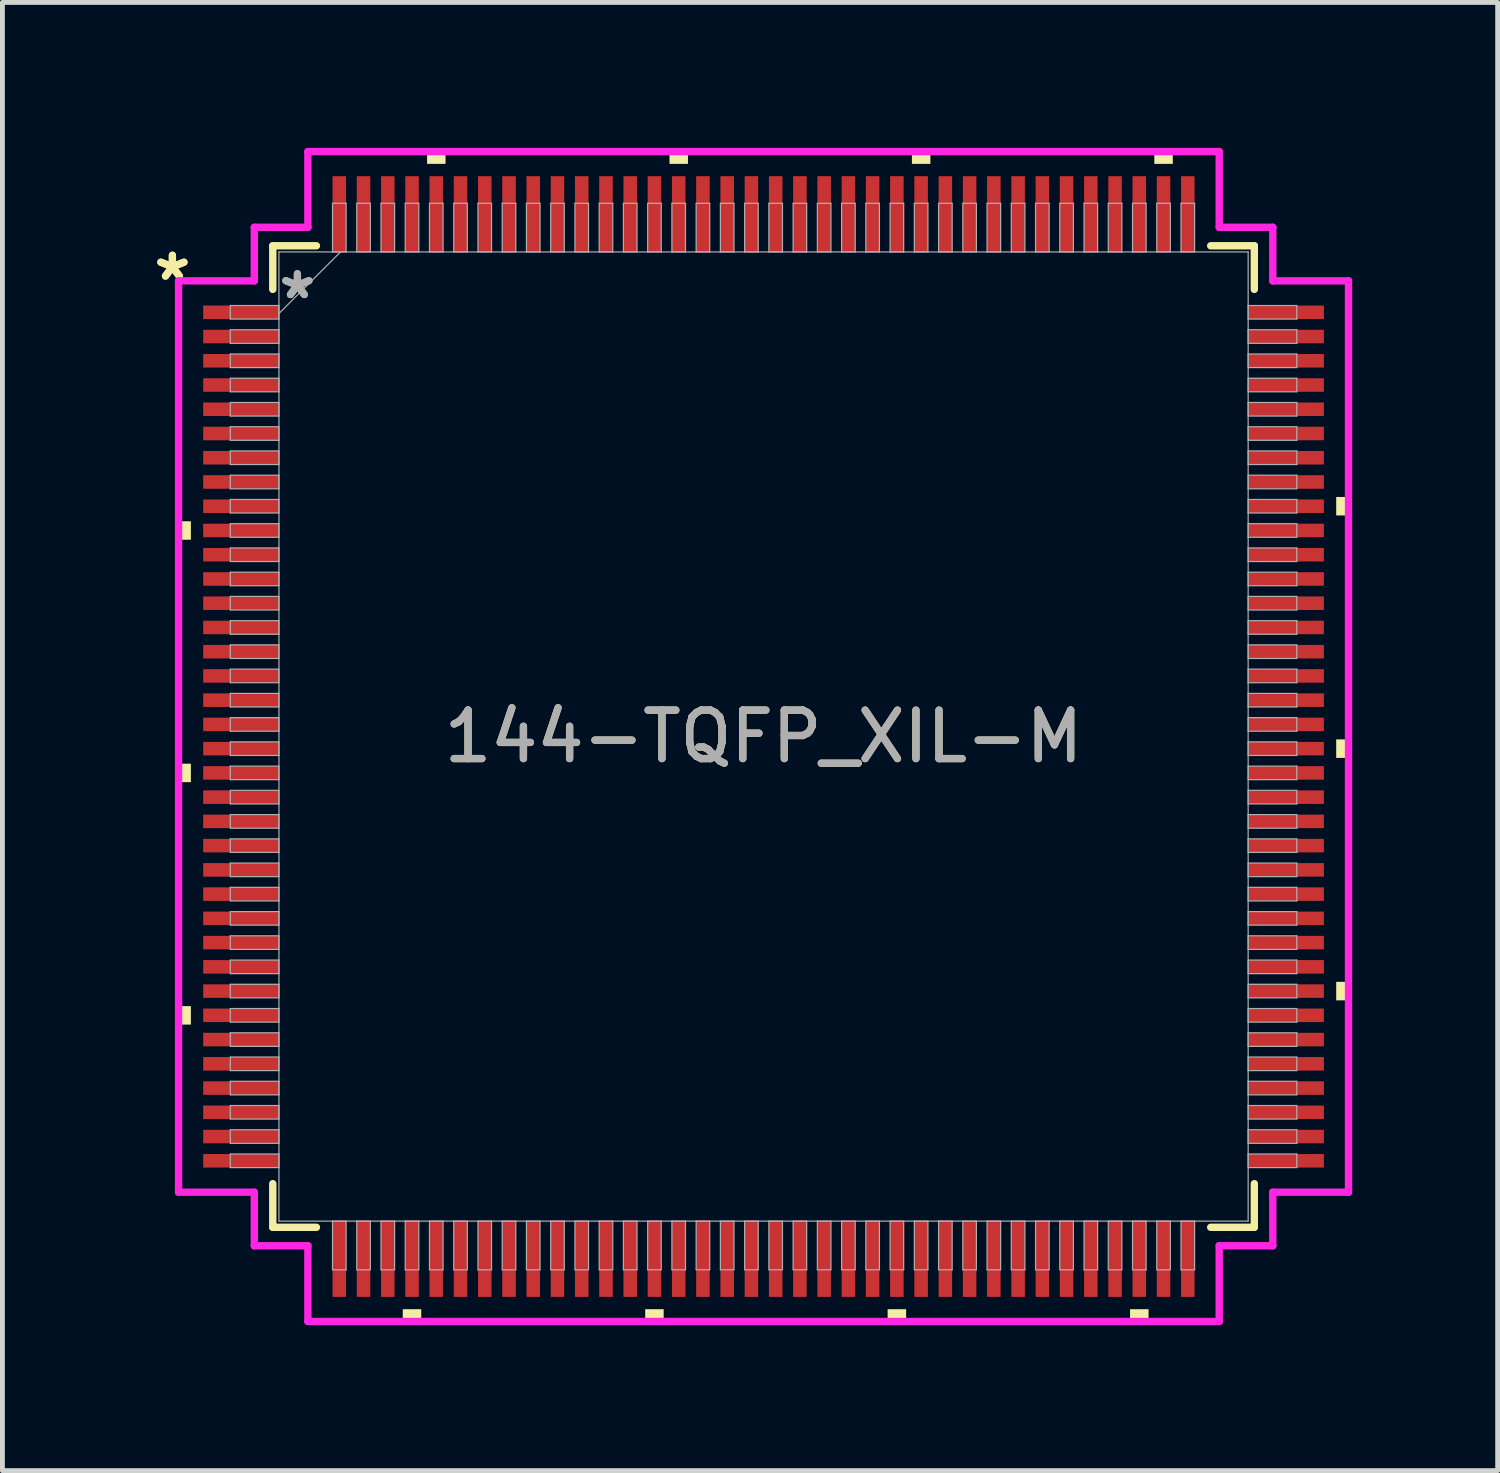
<source format=kicad_pcb>
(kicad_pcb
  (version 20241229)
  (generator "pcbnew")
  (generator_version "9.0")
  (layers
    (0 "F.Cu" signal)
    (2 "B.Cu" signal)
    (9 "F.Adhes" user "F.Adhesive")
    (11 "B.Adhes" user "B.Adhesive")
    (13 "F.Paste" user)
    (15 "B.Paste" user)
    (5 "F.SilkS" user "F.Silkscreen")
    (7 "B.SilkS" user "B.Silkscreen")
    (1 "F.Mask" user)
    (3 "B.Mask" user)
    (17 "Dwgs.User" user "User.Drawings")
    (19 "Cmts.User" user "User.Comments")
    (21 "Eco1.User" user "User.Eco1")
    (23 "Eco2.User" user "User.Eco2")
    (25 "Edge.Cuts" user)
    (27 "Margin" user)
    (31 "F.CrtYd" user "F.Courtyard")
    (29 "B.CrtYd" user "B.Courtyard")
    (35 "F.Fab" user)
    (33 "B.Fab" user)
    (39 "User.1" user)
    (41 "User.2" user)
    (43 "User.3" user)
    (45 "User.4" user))
  (footprint "144-TQFP_XIL-M"
    (layer "F.Cu")
    (at 12.698 12.141)
    (property "Reference" "144-TQFP_XIL-M" (at 0 0 0) (unlocked yes) (layer "F.SilkS") (effects (font (size 1 1) (thickness 0.15))))
    (attr smd)
    (fp_line (start -10.122 -10.122) (end -10.122 -9.222) (stroke (width 0.152) (type solid)) (layer "F.SilkS"))
    (fp_line (start -10.122 9.222) (end -10.122 10.122) (stroke (width 0.152) (type solid)) (layer "F.SilkS"))
    (fp_line (start -10.122 10.122) (end -9.222 10.122) (stroke (width 0.152) (type solid)) (layer "F.SilkS"))
    (fp_line (start -9.222 -10.122) (end -10.122 -10.122) (stroke (width 0.152) (type solid)) (layer "F.SilkS"))
    (fp_line (start 9.222 10.122) (end 10.122 10.122) (stroke (width 0.152) (type solid)) (layer "F.SilkS"))
    (fp_line (start 10.122 -10.122) (end 9.222 -10.122) (stroke (width 0.152) (type solid)) (layer "F.SilkS"))
    (fp_line (start 10.122 -9.222) (end 10.122 -10.122) (stroke (width 0.152) (type solid)) (layer "F.SilkS"))
    (fp_line (start 10.122 10.122) (end 10.122 9.222) (stroke (width 0.152) (type solid)) (layer "F.SilkS"))
    (fp_poly (pts (xy -12.065 -4.44) (xy -12.065 -4.059) (xy -11.811 -4.059) (xy -11.811 -4.44)) (stroke (width 0) (type solid)) (fill yes) (layer "F.SilkS"))
    (fp_poly (pts (xy -12.065 0.56) (xy -12.065 0.941) (xy -11.811 0.941) (xy -11.811 0.56)) (stroke (width 0) (type solid)) (fill yes) (layer "F.SilkS"))
    (fp_poly (pts (xy -12.065 5.56) (xy -12.065 5.941) (xy -11.811 5.941) (xy -11.811 5.56)) (stroke (width 0) (type solid)) (fill yes) (layer "F.SilkS"))
    (fp_poly (pts (xy -7.441 11.811) (xy -7.441 12.065) (xy -7.06 12.065) (xy -7.06 11.811)) (stroke (width 0) (type solid)) (fill yes) (layer "F.SilkS"))
    (fp_poly (pts (xy -6.94 -11.811) (xy -6.94 -12.065) (xy -6.559 -12.065) (xy -6.559 -11.811)) (stroke (width 0) (type solid)) (fill yes) (layer "F.SilkS"))
    (fp_poly (pts (xy -2.441 11.811) (xy -2.441 12.065) (xy -2.06 12.065) (xy -2.06 11.811)) (stroke (width 0) (type solid)) (fill yes) (layer "F.SilkS"))
    (fp_poly (pts (xy -1.94 -11.811) (xy -1.94 -12.065) (xy -1.559 -12.065) (xy -1.559 -11.811)) (stroke (width 0) (type solid)) (fill yes) (layer "F.SilkS"))
    (fp_poly (pts (xy 2.559 11.811) (xy 2.559 12.065) (xy 2.941 12.065) (xy 2.941 11.811)) (stroke (width 0) (type solid)) (fill yes) (layer "F.SilkS"))
    (fp_poly (pts (xy 3.06 -11.811) (xy 3.06 -12.065) (xy 3.441 -12.065) (xy 3.441 -11.811)) (stroke (width 0) (type solid)) (fill yes) (layer "F.SilkS"))
    (fp_poly (pts (xy 7.559 11.811) (xy 7.559 12.065) (xy 7.941 12.065) (xy 7.941 11.811)) (stroke (width 0) (type solid)) (fill yes) (layer "F.SilkS"))
    (fp_poly (pts (xy 8.06 -11.811) (xy 8.06 -12.065) (xy 8.441 -12.065) (xy 8.441 -11.811)) (stroke (width 0) (type solid)) (fill yes) (layer "F.SilkS"))
    (fp_poly (pts (xy 12.065 -4.941) (xy 12.065 -4.56) (xy 11.811 -4.56) (xy 11.811 -4.941)) (stroke (width 0) (type solid)) (fill yes) (layer "F.SilkS"))
    (fp_poly (pts (xy 12.065 0.059) (xy 12.065 0.441) (xy 11.811 0.441) (xy 11.811 0.059)) (stroke (width 0) (type solid)) (fill yes) (layer "F.SilkS"))
    (fp_poly (pts (xy 12.065 5.059) (xy 12.065 5.441) (xy 11.811 5.441) (xy 11.811 5.059)) (stroke (width 0) (type solid)) (fill yes) (layer "F.SilkS"))
    (fp_line (start -12.065 -9.398) (end -10.503 -9.398) (stroke (width 0.152) (type solid)) (layer "F.CrtYd"))
    (fp_line (start -12.065 9.398) (end -12.065 -9.398) (stroke (width 0.152) (type solid)) (layer "F.CrtYd"))
    (fp_line (start -10.503 -10.503) (end -9.398 -10.503) (stroke (width 0.152) (type solid)) (layer "F.CrtYd"))
    (fp_line (start -10.503 -9.398) (end -10.503 -10.503) (stroke (width 0.152) (type solid)) (layer "F.CrtYd"))
    (fp_line (start -10.503 9.398) (end -12.065 9.398) (stroke (width 0.152) (type solid)) (layer "F.CrtYd"))
    (fp_line (start -10.503 10.503) (end -10.503 9.398) (stroke (width 0.152) (type solid)) (layer "F.CrtYd"))
    (fp_line (start -10.503 10.503) (end -9.398 10.503) (stroke (width 0.152) (type solid)) (layer "F.CrtYd"))
    (fp_line (start -9.398 -12.065) (end 9.398 -12.065) (stroke (width 0.152) (type solid)) (layer "F.CrtYd"))
    (fp_line (start -9.398 -10.503) (end -9.398 -12.065) (stroke (width 0.152) (type solid)) (layer "F.CrtYd"))
    (fp_line (start -9.398 10.503) (end -9.398 12.065) (stroke (width 0.152) (type solid)) (layer "F.CrtYd"))
    (fp_line (start -9.398 12.065) (end 9.398 12.065) (stroke (width 0.152) (type solid)) (layer "F.CrtYd"))
    (fp_line (start 9.398 -12.065) (end 9.398 -10.503) (stroke (width 0.152) (type solid)) (layer "F.CrtYd"))
    (fp_line (start 9.398 -10.503) (end 10.503 -10.503) (stroke (width 0.152) (type solid)) (layer "F.CrtYd"))
    (fp_line (start 9.398 10.503) (end 10.503 10.503) (stroke (width 0.152) (type solid)) (layer "F.CrtYd"))
    (fp_line (start 9.398 12.065) (end 9.398 10.503) (stroke (width 0.152) (type solid)) (layer "F.CrtYd"))
    (fp_line (start 10.503 -9.398) (end 10.503 -10.503) (stroke (width 0.152) (type solid)) (layer "F.CrtYd"))
    (fp_line (start 10.503 9.398) (end 12.065 9.398) (stroke (width 0.152) (type solid)) (layer "F.CrtYd"))
    (fp_line (start 10.503 10.503) (end 10.503 9.398) (stroke (width 0.152) (type solid)) (layer "F.CrtYd"))
    (fp_line (start 12.065 -9.398) (end 10.503 -9.398) (stroke (width 0.152) (type solid)) (layer "F.CrtYd"))
    (fp_line (start 12.065 9.398) (end 12.065 -9.398) (stroke (width 0.152) (type solid)) (layer "F.CrtYd"))
    (fp_line (start -10.998 -8.89) (end -10.998 -8.61) (stroke (width 0.025) (type solid)) (layer "F.Fab"))
    (fp_line (start -10.998 -8.61) (end -9.995 -8.61) (stroke (width 0.025) (type solid)) (layer "F.Fab"))
    (fp_line (start -10.998 -8.39) (end -10.998 -8.11) (stroke (width 0.025) (type solid)) (layer "F.Fab"))
    (fp_line (start -10.998 -8.11) (end -9.995 -8.11) (stroke (width 0.025) (type solid)) (layer "F.Fab"))
    (fp_line (start -10.998 -7.89) (end -10.998 -7.61) (stroke (width 0.025) (type solid)) (layer "F.Fab"))
    (fp_line (start -10.998 -7.61) (end -9.995 -7.61) (stroke (width 0.025) (type solid)) (layer "F.Fab"))
    (fp_line (start -10.998 -7.39) (end -10.998 -7.11) (stroke (width 0.025) (type solid)) (layer "F.Fab"))
    (fp_line (start -10.998 -7.11) (end -9.995 -7.11) (stroke (width 0.025) (type solid)) (layer "F.Fab"))
    (fp_line (start -10.998 -6.89) (end -10.998 -6.61) (stroke (width 0.025) (type solid)) (layer "F.Fab"))
    (fp_line (start -10.998 -6.61) (end -9.995 -6.61) (stroke (width 0.025) (type solid)) (layer "F.Fab"))
    (fp_line (start -10.998 -6.39) (end -10.998 -6.11) (stroke (width 0.025) (type solid)) (layer "F.Fab"))
    (fp_line (start -10.998 -6.11) (end -9.995 -6.11) (stroke (width 0.025) (type solid)) (layer "F.Fab"))
    (fp_line (start -10.998 -5.89) (end -10.998 -5.61) (stroke (width 0.025) (type solid)) (layer "F.Fab"))
    (fp_line (start -10.998 -5.61) (end -9.995 -5.61) (stroke (width 0.025) (type solid)) (layer "F.Fab"))
    (fp_line (start -10.998 -5.39) (end -10.998 -5.11) (stroke (width 0.025) (type solid)) (layer "F.Fab"))
    (fp_line (start -10.998 -5.11) (end -9.995 -5.11) (stroke (width 0.025) (type solid)) (layer "F.Fab"))
    (fp_line (start -10.998 -4.89) (end -10.998 -4.61) (stroke (width 0.025) (type solid)) (layer "F.Fab"))
    (fp_line (start -10.998 -4.61) (end -9.995 -4.61) (stroke (width 0.025) (type solid)) (layer "F.Fab"))
    (fp_line (start -10.998 -4.39) (end -10.998 -4.11) (stroke (width 0.025) (type solid)) (layer "F.Fab"))
    (fp_line (start -10.998 -4.11) (end -9.995 -4.11) (stroke (width 0.025) (type solid)) (layer "F.Fab"))
    (fp_line (start -10.998 -3.89) (end -10.998 -3.61) (stroke (width 0.025) (type solid)) (layer "F.Fab"))
    (fp_line (start -10.998 -3.61) (end -9.995 -3.61) (stroke (width 0.025) (type solid)) (layer "F.Fab"))
    (fp_line (start -10.998 -3.39) (end -10.998 -3.11) (stroke (width 0.025) (type solid)) (layer "F.Fab"))
    (fp_line (start -10.998 -3.11) (end -9.995 -3.11) (stroke (width 0.025) (type solid)) (layer "F.Fab"))
    (fp_line (start -10.998 -2.89) (end -10.998 -2.61) (stroke (width 0.025) (type solid)) (layer "F.Fab"))
    (fp_line (start -10.998 -2.61) (end -9.995 -2.61) (stroke (width 0.025) (type solid)) (layer "F.Fab"))
    (fp_line (start -10.998 -2.39) (end -10.998 -2.11) (stroke (width 0.025) (type solid)) (layer "F.Fab"))
    (fp_line (start -10.998 -2.11) (end -9.995 -2.11) (stroke (width 0.025) (type solid)) (layer "F.Fab"))
    (fp_line (start -10.998 -1.89) (end -10.998 -1.61) (stroke (width 0.025) (type solid)) (layer "F.Fab"))
    (fp_line (start -10.998 -1.61) (end -9.995 -1.61) (stroke (width 0.025) (type solid)) (layer "F.Fab"))
    (fp_line (start -10.998 -1.39) (end -10.998 -1.11) (stroke (width 0.025) (type solid)) (layer "F.Fab"))
    (fp_line (start -10.998 -1.11) (end -9.995 -1.11) (stroke (width 0.025) (type solid)) (layer "F.Fab"))
    (fp_line (start -10.998 -0.89) (end -10.998 -0.61) (stroke (width 0.025) (type solid)) (layer "F.Fab"))
    (fp_line (start -10.998 -0.61) (end -9.995 -0.61) (stroke (width 0.025) (type solid)) (layer "F.Fab"))
    (fp_line (start -10.998 -0.39) (end -10.998 -0.11) (stroke (width 0.025) (type solid)) (layer "F.Fab"))
    (fp_line (start -10.998 -0.11) (end -9.995 -0.11) (stroke (width 0.025) (type solid)) (layer "F.Fab"))
    (fp_line (start -10.998 0.11) (end -10.998 0.39) (stroke (width 0.025) (type solid)) (layer "F.Fab"))
    (fp_line (start -10.998 0.39) (end -9.995 0.39) (stroke (width 0.025) (type solid)) (layer "F.Fab"))
    (fp_line (start -10.998 0.61) (end -10.998 0.89) (stroke (width 0.025) (type solid)) (layer "F.Fab"))
    (fp_line (start -10.998 0.89) (end -9.995 0.89) (stroke (width 0.025) (type solid)) (layer "F.Fab"))
    (fp_line (start -10.998 1.11) (end -10.998 1.39) (stroke (width 0.025) (type solid)) (layer "F.Fab"))
    (fp_line (start -10.998 1.39) (end -9.995 1.39) (stroke (width 0.025) (type solid)) (layer "F.Fab"))
    (fp_line (start -10.998 1.61) (end -10.998 1.89) (stroke (width 0.025) (type solid)) (layer "F.Fab"))
    (fp_line (start -10.998 1.89) (end -9.995 1.89) (stroke (width 0.025) (type solid)) (layer "F.Fab"))
    (fp_line (start -10.998 2.11) (end -10.998 2.39) (stroke (width 0.025) (type solid)) (layer "F.Fab"))
    (fp_line (start -10.998 2.39) (end -9.995 2.39) (stroke (width 0.025) (type solid)) (layer "F.Fab"))
    (fp_line (start -10.998 2.61) (end -10.998 2.89) (stroke (width 0.025) (type solid)) (layer "F.Fab"))
    (fp_line (start -10.998 2.89) (end -9.995 2.89) (stroke (width 0.025) (type solid)) (layer "F.Fab"))
    (fp_line (start -10.998 3.11) (end -10.998 3.39) (stroke (width 0.025) (type solid)) (layer "F.Fab"))
    (fp_line (start -10.998 3.39) (end -9.995 3.39) (stroke (width 0.025) (type solid)) (layer "F.Fab"))
    (fp_line (start -10.998 3.61) (end -10.998 3.89) (stroke (width 0.025) (type solid)) (layer "F.Fab"))
    (fp_line (start -10.998 3.89) (end -9.995 3.89) (stroke (width 0.025) (type solid)) (layer "F.Fab"))
    (fp_line (start -10.998 4.11) (end -10.998 4.39) (stroke (width 0.025) (type solid)) (layer "F.Fab"))
    (fp_line (start -10.998 4.39) (end -9.995 4.39) (stroke (width 0.025) (type solid)) (layer "F.Fab"))
    (fp_line (start -10.998 4.61) (end -10.998 4.89) (stroke (width 0.025) (type solid)) (layer "F.Fab"))
    (fp_line (start -10.998 4.89) (end -9.995 4.89) (stroke (width 0.025) (type solid)) (layer "F.Fab"))
    (fp_line (start -10.998 5.11) (end -10.998 5.39) (stroke (width 0.025) (type solid)) (layer "F.Fab"))
    (fp_line (start -10.998 5.39) (end -9.995 5.39) (stroke (width 0.025) (type solid)) (layer "F.Fab"))
    (fp_line (start -10.998 5.61) (end -10.998 5.89) (stroke (width 0.025) (type solid)) (layer "F.Fab"))
    (fp_line (start -10.998 5.89) (end -9.995 5.89) (stroke (width 0.025) (type solid)) (layer "F.Fab"))
    (fp_line (start -10.998 6.11) (end -10.998 6.39) (stroke (width 0.025) (type solid)) (layer "F.Fab"))
    (fp_line (start -10.998 6.39) (end -9.995 6.39) (stroke (width 0.025) (type solid)) (layer "F.Fab"))
    (fp_line (start -10.998 6.61) (end -10.998 6.89) (stroke (width 0.025) (type solid)) (layer "F.Fab"))
    (fp_line (start -10.998 6.89) (end -9.995 6.89) (stroke (width 0.025) (type solid)) (layer "F.Fab"))
    (fp_line (start -10.998 7.11) (end -10.998 7.39) (stroke (width 0.025) (type solid)) (layer "F.Fab"))
    (fp_line (start -10.998 7.39) (end -9.995 7.39) (stroke (width 0.025) (type solid)) (layer "F.Fab"))
    (fp_line (start -10.998 7.61) (end -10.998 7.89) (stroke (width 0.025) (type solid)) (layer "F.Fab"))
    (fp_line (start -10.998 7.89) (end -9.995 7.89) (stroke (width 0.025) (type solid)) (layer "F.Fab"))
    (fp_line (start -10.998 8.11) (end -10.998 8.39) (stroke (width 0.025) (type solid)) (layer "F.Fab"))
    (fp_line (start -10.998 8.39) (end -9.995 8.39) (stroke (width 0.025) (type solid)) (layer "F.Fab"))
    (fp_line (start -10.998 8.61) (end -10.998 8.89) (stroke (width 0.025) (type solid)) (layer "F.Fab"))
    (fp_line (start -10.998 8.89) (end -9.995 8.89) (stroke (width 0.025) (type solid)) (layer "F.Fab"))
    (fp_line (start -9.995 -9.995) (end -9.995 9.995) (stroke (width 0.025) (type solid)) (layer "F.Fab"))
    (fp_line (start -9.995 -8.89) (end -10.998 -8.89) (stroke (width 0.025) (type solid)) (layer "F.Fab"))
    (fp_line (start -9.995 -8.725) (end -8.725 -9.995) (stroke (width 0.025) (type solid)) (layer "F.Fab"))
    (fp_line (start -9.995 -8.61) (end -9.995 -8.89) (stroke (width 0.025) (type solid)) (layer "F.Fab"))
    (fp_line (start -9.995 -8.39) (end -10.998 -8.39) (stroke (width 0.025) (type solid)) (layer "F.Fab"))
    (fp_line (start -9.995 -8.11) (end -9.995 -8.39) (stroke (width 0.025) (type solid)) (layer "F.Fab"))
    (fp_line (start -9.995 -7.89) (end -10.998 -7.89) (stroke (width 0.025) (type solid)) (layer "F.Fab"))
    (fp_line (start -9.995 -7.61) (end -9.995 -7.89) (stroke (width 0.025) (type solid)) (layer "F.Fab"))
    (fp_line (start -9.995 -7.39) (end -10.998 -7.39) (stroke (width 0.025) (type solid)) (layer "F.Fab"))
    (fp_line (start -9.995 -7.11) (end -9.995 -7.39) (stroke (width 0.025) (type solid)) (layer "F.Fab"))
    (fp_line (start -9.995 -6.89) (end -10.998 -6.89) (stroke (width 0.025) (type solid)) (layer "F.Fab"))
    (fp_line (start -9.995 -6.61) (end -9.995 -6.89) (stroke (width 0.025) (type solid)) (layer "F.Fab"))
    (fp_line (start -9.995 -6.39) (end -10.998 -6.39) (stroke (width 0.025) (type solid)) (layer "F.Fab"))
    (fp_line (start -9.995 -6.11) (end -9.995 -6.39) (stroke (width 0.025) (type solid)) (layer "F.Fab"))
    (fp_line (start -9.995 -5.89) (end -10.998 -5.89) (stroke (width 0.025) (type solid)) (layer "F.Fab"))
    (fp_line (start -9.995 -5.61) (end -9.995 -5.89) (stroke (width 0.025) (type solid)) (layer "F.Fab"))
    (fp_line (start -9.995 -5.39) (end -10.998 -5.39) (stroke (width 0.025) (type solid)) (layer "F.Fab"))
    (fp_line (start -9.995 -5.11) (end -9.995 -5.39) (stroke (width 0.025) (type solid)) (layer "F.Fab"))
    (fp_line (start -9.995 -4.89) (end -10.998 -4.89) (stroke (width 0.025) (type solid)) (layer "F.Fab"))
    (fp_line (start -9.995 -4.61) (end -9.995 -4.89) (stroke (width 0.025) (type solid)) (layer "F.Fab"))
    (fp_line (start -9.995 -4.39) (end -10.998 -4.39) (stroke (width 0.025) (type solid)) (layer "F.Fab"))
    (fp_line (start -9.995 -4.11) (end -9.995 -4.39) (stroke (width 0.025) (type solid)) (layer "F.Fab"))
    (fp_line (start -9.995 -3.89) (end -10.998 -3.89) (stroke (width 0.025) (type solid)) (layer "F.Fab"))
    (fp_line (start -9.995 -3.61) (end -9.995 -3.89) (stroke (width 0.025) (type solid)) (layer "F.Fab"))
    (fp_line (start -9.995 -3.39) (end -10.998 -3.39) (stroke (width 0.025) (type solid)) (layer "F.Fab"))
    (fp_line (start -9.995 -3.11) (end -9.995 -3.39) (stroke (width 0.025) (type solid)) (layer "F.Fab"))
    (fp_line (start -9.995 -2.89) (end -10.998 -2.89) (stroke (width 0.025) (type solid)) (layer "F.Fab"))
    (fp_line (start -9.995 -2.61) (end -9.995 -2.89) (stroke (width 0.025) (type solid)) (layer "F.Fab"))
    (fp_line (start -9.995 -2.39) (end -10.998 -2.39) (stroke (width 0.025) (type solid)) (layer "F.Fab"))
    (fp_line (start -9.995 -2.11) (end -9.995 -2.39) (stroke (width 0.025) (type solid)) (layer "F.Fab"))
    (fp_line (start -9.995 -1.89) (end -10.998 -1.89) (stroke (width 0.025) (type solid)) (layer "F.Fab"))
    (fp_line (start -9.995 -1.61) (end -9.995 -1.89) (stroke (width 0.025) (type solid)) (layer "F.Fab"))
    (fp_line (start -9.995 -1.39) (end -10.998 -1.39) (stroke (width 0.025) (type solid)) (layer "F.Fab"))
    (fp_line (start -9.995 -1.11) (end -9.995 -1.39) (stroke (width 0.025) (type solid)) (layer "F.Fab"))
    (fp_line (start -9.995 -0.89) (end -10.998 -0.89) (stroke (width 0.025) (type solid)) (layer "F.Fab"))
    (fp_line (start -9.995 -0.61) (end -9.995 -0.89) (stroke (width 0.025) (type solid)) (layer "F.Fab"))
    (fp_line (start -9.995 -0.39) (end -10.998 -0.39) (stroke (width 0.025) (type solid)) (layer "F.Fab"))
    (fp_line (start -9.995 -0.11) (end -9.995 -0.39) (stroke (width 0.025) (type solid)) (layer "F.Fab"))
    (fp_line (start -9.995 0.11) (end -10.998 0.11) (stroke (width 0.025) (type solid)) (layer "F.Fab"))
    (fp_line (start -9.995 0.39) (end -9.995 0.11) (stroke (width 0.025) (type solid)) (layer "F.Fab"))
    (fp_line (start -9.995 0.61) (end -10.998 0.61) (stroke (width 0.025) (type solid)) (layer "F.Fab"))
    (fp_line (start -9.995 0.89) (end -9.995 0.61) (stroke (width 0.025) (type solid)) (layer "F.Fab"))
    (fp_line (start -9.995 1.11) (end -10.998 1.11) (stroke (width 0.025) (type solid)) (layer "F.Fab"))
    (fp_line (start -9.995 1.39) (end -9.995 1.11) (stroke (width 0.025) (type solid)) (layer "F.Fab"))
    (fp_line (start -9.995 1.61) (end -10.998 1.61) (stroke (width 0.025) (type solid)) (layer "F.Fab"))
    (fp_line (start -9.995 1.89) (end -9.995 1.61) (stroke (width 0.025) (type solid)) (layer "F.Fab"))
    (fp_line (start -9.995 2.11) (end -10.998 2.11) (stroke (width 0.025) (type solid)) (layer "F.Fab"))
    (fp_line (start -9.995 2.39) (end -9.995 2.11) (stroke (width 0.025) (type solid)) (layer "F.Fab"))
    (fp_line (start -9.995 2.61) (end -10.998 2.61) (stroke (width 0.025) (type solid)) (layer "F.Fab"))
    (fp_line (start -9.995 2.89) (end -9.995 2.61) (stroke (width 0.025) (type solid)) (layer "F.Fab"))
    (fp_line (start -9.995 3.11) (end -10.998 3.11) (stroke (width 0.025) (type solid)) (layer "F.Fab"))
    (fp_line (start -9.995 3.39) (end -9.995 3.11) (stroke (width 0.025) (type solid)) (layer "F.Fab"))
    (fp_line (start -9.995 3.61) (end -10.998 3.61) (stroke (width 0.025) (type solid)) (layer "F.Fab"))
    (fp_line (start -9.995 3.89) (end -9.995 3.61) (stroke (width 0.025) (type solid)) (layer "F.Fab"))
    (fp_line (start -9.995 4.11) (end -10.998 4.11) (stroke (width 0.025) (type solid)) (layer "F.Fab"))
    (fp_line (start -9.995 4.39) (end -9.995 4.11) (stroke (width 0.025) (type solid)) (layer "F.Fab"))
    (fp_line (start -9.995 4.61) (end -10.998 4.61) (stroke (width 0.025) (type solid)) (layer "F.Fab"))
    (fp_line (start -9.995 4.89) (end -9.995 4.61) (stroke (width 0.025) (type solid)) (layer "F.Fab"))
    (fp_line (start -9.995 5.11) (end -10.998 5.11) (stroke (width 0.025) (type solid)) (layer "F.Fab"))
    (fp_line (start -9.995 5.39) (end -9.995 5.11) (stroke (width 0.025) (type solid)) (layer "F.Fab"))
    (fp_line (start -9.995 5.61) (end -10.998 5.61) (stroke (width 0.025) (type solid)) (layer "F.Fab"))
    (fp_line (start -9.995 5.89) (end -9.995 5.61) (stroke (width 0.025) (type solid)) (layer "F.Fab"))
    (fp_line (start -9.995 6.11) (end -10.998 6.11) (stroke (width 0.025) (type solid)) (layer "F.Fab"))
    (fp_line (start -9.995 6.39) (end -9.995 6.11) (stroke (width 0.025) (type solid)) (layer "F.Fab"))
    (fp_line (start -9.995 6.61) (end -10.998 6.61) (stroke (width 0.025) (type solid)) (layer "F.Fab"))
    (fp_line (start -9.995 6.89) (end -9.995 6.61) (stroke (width 0.025) (type solid)) (layer "F.Fab"))
    (fp_line (start -9.995 7.11) (end -10.998 7.11) (stroke (width 0.025) (type solid)) (layer "F.Fab"))
    (fp_line (start -9.995 7.39) (end -9.995 7.11) (stroke (width 0.025) (type solid)) (layer "F.Fab"))
    (fp_line (start -9.995 7.61) (end -10.998 7.61) (stroke (width 0.025) (type solid)) (layer "F.Fab"))
    (fp_line (start -9.995 7.89) (end -9.995 7.61) (stroke (width 0.025) (type solid)) (layer "F.Fab"))
    (fp_line (start -9.995 8.11) (end -10.998 8.11) (stroke (width 0.025) (type solid)) (layer "F.Fab"))
    (fp_line (start -9.995 8.39) (end -9.995 8.11) (stroke (width 0.025) (type solid)) (layer "F.Fab"))
    (fp_line (start -9.995 8.61) (end -10.998 8.61) (stroke (width 0.025) (type solid)) (layer "F.Fab"))
    (fp_line (start -9.995 8.89) (end -9.995 8.61) (stroke (width 0.025) (type solid)) (layer "F.Fab"))
    (fp_line (start -9.995 9.995) (end 9.995 9.995) (stroke (width 0.025) (type solid)) (layer "F.Fab"))
    (fp_line (start -8.89 -10.998) (end -8.89 -9.995) (stroke (width 0.025) (type solid)) (layer "F.Fab"))
    (fp_line (start -8.89 -9.995) (end -8.61 -9.995) (stroke (width 0.025) (type solid)) (layer "F.Fab"))
    (fp_line (start -8.89 9.995) (end -8.89 10.998) (stroke (width 0.025) (type solid)) (layer "F.Fab"))
    (fp_line (start -8.89 10.998) (end -8.61 10.998) (stroke (width 0.025) (type solid)) (layer "F.Fab"))
    (fp_line (start -8.61 -10.998) (end -8.89 -10.998) (stroke (width 0.025) (type solid)) (layer "F.Fab"))
    (fp_line (start -8.61 -9.995) (end -8.61 -10.998) (stroke (width 0.025) (type solid)) (layer "F.Fab"))
    (fp_line (start -8.61 9.995) (end -8.89 9.995) (stroke (width 0.025) (type solid)) (layer "F.Fab"))
    (fp_line (start -8.61 10.998) (end -8.61 9.995) (stroke (width 0.025) (type solid)) (layer "F.Fab"))
    (fp_line (start -8.39 -10.998) (end -8.39 -9.995) (stroke (width 0.025) (type solid)) (layer "F.Fab"))
    (fp_line (start -8.39 -9.995) (end -8.11 -9.995) (stroke (width 0.025) (type solid)) (layer "F.Fab"))
    (fp_line (start -8.39 9.995) (end -8.39 10.998) (stroke (width 0.025) (type solid)) (layer "F.Fab"))
    (fp_line (start -8.39 10.998) (end -8.11 10.998) (stroke (width 0.025) (type solid)) (layer "F.Fab"))
    (fp_line (start -8.11 -10.998) (end -8.39 -10.998) (stroke (width 0.025) (type solid)) (layer "F.Fab"))
    (fp_line (start -8.11 -9.995) (end -8.11 -10.998) (stroke (width 0.025) (type solid)) (layer "F.Fab"))
    (fp_line (start -8.11 9.995) (end -8.39 9.995) (stroke (width 0.025) (type solid)) (layer "F.Fab"))
    (fp_line (start -8.11 10.998) (end -8.11 9.995) (stroke (width 0.025) (type solid)) (layer "F.Fab"))
    (fp_line (start -7.89 -10.998) (end -7.89 -9.995) (stroke (width 0.025) (type solid)) (layer "F.Fab"))
    (fp_line (start -7.89 -9.995) (end -7.61 -9.995) (stroke (width 0.025) (type solid)) (layer "F.Fab"))
    (fp_line (start -7.89 9.995) (end -7.89 10.998) (stroke (width 0.025) (type solid)) (layer "F.Fab"))
    (fp_line (start -7.89 10.998) (end -7.61 10.998) (stroke (width 0.025) (type solid)) (layer "F.Fab"))
    (fp_line (start -7.61 -10.998) (end -7.89 -10.998) (stroke (width 0.025) (type solid)) (layer "F.Fab"))
    (fp_line (start -7.61 -9.995) (end -7.61 -10.998) (stroke (width 0.025) (type solid)) (layer "F.Fab"))
    (fp_line (start -7.61 9.995) (end -7.89 9.995) (stroke (width 0.025) (type solid)) (layer "F.Fab"))
    (fp_line (start -7.61 10.998) (end -7.61 9.995) (stroke (width 0.025) (type solid)) (layer "F.Fab"))
    (fp_line (start -7.39 -10.998) (end -7.39 -9.995) (stroke (width 0.025) (type solid)) (layer "F.Fab"))
    (fp_line (start -7.39 -9.995) (end -7.11 -9.995) (stroke (width 0.025) (type solid)) (layer "F.Fab"))
    (fp_line (start -7.39 9.995) (end -7.39 10.998) (stroke (width 0.025) (type solid)) (layer "F.Fab"))
    (fp_line (start -7.39 10.998) (end -7.11 10.998) (stroke (width 0.025) (type solid)) (layer "F.Fab"))
    (fp_line (start -7.11 -10.998) (end -7.39 -10.998) (stroke (width 0.025) (type solid)) (layer "F.Fab"))
    (fp_line (start -7.11 -9.995) (end -7.11 -10.998) (stroke (width 0.025) (type solid)) (layer "F.Fab"))
    (fp_line (start -7.11 9.995) (end -7.39 9.995) (stroke (width 0.025) (type solid)) (layer "F.Fab"))
    (fp_line (start -7.11 10.998) (end -7.11 9.995) (stroke (width 0.025) (type solid)) (layer "F.Fab"))
    (fp_line (start -6.89 -10.998) (end -6.89 -9.995) (stroke (width 0.025) (type solid)) (layer "F.Fab"))
    (fp_line (start -6.89 -9.995) (end -6.61 -9.995) (stroke (width 0.025) (type solid)) (layer "F.Fab"))
    (fp_line (start -6.89 9.995) (end -6.89 10.998) (stroke (width 0.025) (type solid)) (layer "F.Fab"))
    (fp_line (start -6.89 10.998) (end -6.61 10.998) (stroke (width 0.025) (type solid)) (layer "F.Fab"))
    (fp_line (start -6.61 -10.998) (end -6.89 -10.998) (stroke (width 0.025) (type solid)) (layer "F.Fab"))
    (fp_line (start -6.61 -9.995) (end -6.61 -10.998) (stroke (width 0.025) (type solid)) (layer "F.Fab"))
    (fp_line (start -6.61 9.995) (end -6.89 9.995) (stroke (width 0.025) (type solid)) (layer "F.Fab"))
    (fp_line (start -6.61 10.998) (end -6.61 9.995) (stroke (width 0.025) (type solid)) (layer "F.Fab"))
    (fp_line (start -6.39 -10.998) (end -6.39 -9.995) (stroke (width 0.025) (type solid)) (layer "F.Fab"))
    (fp_line (start -6.39 -9.995) (end -6.11 -9.995) (stroke (width 0.025) (type solid)) (layer "F.Fab"))
    (fp_line (start -6.39 9.995) (end -6.39 10.998) (stroke (width 0.025) (type solid)) (layer "F.Fab"))
    (fp_line (start -6.39 10.998) (end -6.11 10.998) (stroke (width 0.025) (type solid)) (layer "F.Fab"))
    (fp_line (start -6.11 -10.998) (end -6.39 -10.998) (stroke (width 0.025) (type solid)) (layer "F.Fab"))
    (fp_line (start -6.11 -9.995) (end -6.11 -10.998) (stroke (width 0.025) (type solid)) (layer "F.Fab"))
    (fp_line (start -6.11 9.995) (end -6.39 9.995) (stroke (width 0.025) (type solid)) (layer "F.Fab"))
    (fp_line (start -6.11 10.998) (end -6.11 9.995) (stroke (width 0.025) (type solid)) (layer "F.Fab"))
    (fp_line (start -5.89 -10.998) (end -5.89 -9.995) (stroke (width 0.025) (type solid)) (layer "F.Fab"))
    (fp_line (start -5.89 -9.995) (end -5.61 -9.995) (stroke (width 0.025) (type solid)) (layer "F.Fab"))
    (fp_line (start -5.89 9.995) (end -5.89 10.998) (stroke (width 0.025) (type solid)) (layer "F.Fab"))
    (fp_line (start -5.89 10.998) (end -5.61 10.998) (stroke (width 0.025) (type solid)) (layer "F.Fab"))
    (fp_line (start -5.61 -10.998) (end -5.89 -10.998) (stroke (width 0.025) (type solid)) (layer "F.Fab"))
    (fp_line (start -5.61 -9.995) (end -5.61 -10.998) (stroke (width 0.025) (type solid)) (layer "F.Fab"))
    (fp_line (start -5.61 9.995) (end -5.89 9.995) (stroke (width 0.025) (type solid)) (layer "F.Fab"))
    (fp_line (start -5.61 10.998) (end -5.61 9.995) (stroke (width 0.025) (type solid)) (layer "F.Fab"))
    (fp_line (start -5.39 -10.998) (end -5.39 -9.995) (stroke (width 0.025) (type solid)) (layer "F.Fab"))
    (fp_line (start -5.39 -9.995) (end -5.11 -9.995) (stroke (width 0.025) (type solid)) (layer "F.Fab"))
    (fp_line (start -5.39 9.995) (end -5.39 10.998) (stroke (width 0.025) (type solid)) (layer "F.Fab"))
    (fp_line (start -5.39 10.998) (end -5.11 10.998) (stroke (width 0.025) (type solid)) (layer "F.Fab"))
    (fp_line (start -5.11 -10.998) (end -5.39 -10.998) (stroke (width 0.025) (type solid)) (layer "F.Fab"))
    (fp_line (start -5.11 -9.995) (end -5.11 -10.998) (stroke (width 0.025) (type solid)) (layer "F.Fab"))
    (fp_line (start -5.11 9.995) (end -5.39 9.995) (stroke (width 0.025) (type solid)) (layer "F.Fab"))
    (fp_line (start -5.11 10.998) (end -5.11 9.995) (stroke (width 0.025) (type solid)) (layer "F.Fab"))
    (fp_line (start -4.89 -10.998) (end -4.89 -9.995) (stroke (width 0.025) (type solid)) (layer "F.Fab"))
    (fp_line (start -4.89 -9.995) (end -4.61 -9.995) (stroke (width 0.025) (type solid)) (layer "F.Fab"))
    (fp_line (start -4.89 9.995) (end -4.89 10.998) (stroke (width 0.025) (type solid)) (layer "F.Fab"))
    (fp_line (start -4.89 10.998) (end -4.61 10.998) (stroke (width 0.025) (type solid)) (layer "F.Fab"))
    (fp_line (start -4.61 -10.998) (end -4.89 -10.998) (stroke (width 0.025) (type solid)) (layer "F.Fab"))
    (fp_line (start -4.61 -9.995) (end -4.61 -10.998) (stroke (width 0.025) (type solid)) (layer "F.Fab"))
    (fp_line (start -4.61 9.995) (end -4.89 9.995) (stroke (width 0.025) (type solid)) (layer "F.Fab"))
    (fp_line (start -4.61 10.998) (end -4.61 9.995) (stroke (width 0.025) (type solid)) (layer "F.Fab"))
    (fp_line (start -4.39 -10.998) (end -4.39 -9.995) (stroke (width 0.025) (type solid)) (layer "F.Fab"))
    (fp_line (start -4.39 -9.995) (end -4.11 -9.995) (stroke (width 0.025) (type solid)) (layer "F.Fab"))
    (fp_line (start -4.39 9.995) (end -4.39 10.998) (stroke (width 0.025) (type solid)) (layer "F.Fab"))
    (fp_line (start -4.39 10.998) (end -4.11 10.998) (stroke (width 0.025) (type solid)) (layer "F.Fab"))
    (fp_line (start -4.11 -10.998) (end -4.39 -10.998) (stroke (width 0.025) (type solid)) (layer "F.Fab"))
    (fp_line (start -4.11 -9.995) (end -4.11 -10.998) (stroke (width 0.025) (type solid)) (layer "F.Fab"))
    (fp_line (start -4.11 9.995) (end -4.39 9.995) (stroke (width 0.025) (type solid)) (layer "F.Fab"))
    (fp_line (start -4.11 10.998) (end -4.11 9.995) (stroke (width 0.025) (type solid)) (layer "F.Fab"))
    (fp_line (start -3.89 -10.998) (end -3.89 -9.995) (stroke (width 0.025) (type solid)) (layer "F.Fab"))
    (fp_line (start -3.89 -9.995) (end -3.61 -9.995) (stroke (width 0.025) (type solid)) (layer "F.Fab"))
    (fp_line (start -3.89 9.995) (end -3.89 10.998) (stroke (width 0.025) (type solid)) (layer "F.Fab"))
    (fp_line (start -3.89 10.998) (end -3.61 10.998) (stroke (width 0.025) (type solid)) (layer "F.Fab"))
    (fp_line (start -3.61 -10.998) (end -3.89 -10.998) (stroke (width 0.025) (type solid)) (layer "F.Fab"))
    (fp_line (start -3.61 -9.995) (end -3.61 -10.998) (stroke (width 0.025) (type solid)) (layer "F.Fab"))
    (fp_line (start -3.61 9.995) (end -3.89 9.995) (stroke (width 0.025) (type solid)) (layer "F.Fab"))
    (fp_line (start -3.61 10.998) (end -3.61 9.995) (stroke (width 0.025) (type solid)) (layer "F.Fab"))
    (fp_line (start -3.39 -10.998) (end -3.39 -9.995) (stroke (width 0.025) (type solid)) (layer "F.Fab"))
    (fp_line (start -3.39 -9.995) (end -3.11 -9.995) (stroke (width 0.025) (type solid)) (layer "F.Fab"))
    (fp_line (start -3.39 9.995) (end -3.39 10.998) (stroke (width 0.025) (type solid)) (layer "F.Fab"))
    (fp_line (start -3.39 10.998) (end -3.11 10.998) (stroke (width 0.025) (type solid)) (layer "F.Fab"))
    (fp_line (start -3.11 -10.998) (end -3.39 -10.998) (stroke (width 0.025) (type solid)) (layer "F.Fab"))
    (fp_line (start -3.11 -9.995) (end -3.11 -10.998) (stroke (width 0.025) (type solid)) (layer "F.Fab"))
    (fp_line (start -3.11 9.995) (end -3.39 9.995) (stroke (width 0.025) (type solid)) (layer "F.Fab"))
    (fp_line (start -3.11 10.998) (end -3.11 9.995) (stroke (width 0.025) (type solid)) (layer "F.Fab"))
    (fp_line (start -2.89 -10.998) (end -2.89 -9.995) (stroke (width 0.025) (type solid)) (layer "F.Fab"))
    (fp_line (start -2.89 -9.995) (end -2.61 -9.995) (stroke (width 0.025) (type solid)) (layer "F.Fab"))
    (fp_line (start -2.89 9.995) (end -2.89 10.998) (stroke (width 0.025) (type solid)) (layer "F.Fab"))
    (fp_line (start -2.89 10.998) (end -2.61 10.998) (stroke (width 0.025) (type solid)) (layer "F.Fab"))
    (fp_line (start -2.61 -10.998) (end -2.89 -10.998) (stroke (width 0.025) (type solid)) (layer "F.Fab"))
    (fp_line (start -2.61 -9.995) (end -2.61 -10.998) (stroke (width 0.025) (type solid)) (layer "F.Fab"))
    (fp_line (start -2.61 9.995) (end -2.89 9.995) (stroke (width 0.025) (type solid)) (layer "F.Fab"))
    (fp_line (start -2.61 10.998) (end -2.61 9.995) (stroke (width 0.025) (type solid)) (layer "F.Fab"))
    (fp_line (start -2.39 -10.998) (end -2.39 -9.995) (stroke (width 0.025) (type solid)) (layer "F.Fab"))
    (fp_line (start -2.39 -9.995) (end -2.11 -9.995) (stroke (width 0.025) (type solid)) (layer "F.Fab"))
    (fp_line (start -2.39 9.995) (end -2.39 10.998) (stroke (width 0.025) (type solid)) (layer "F.Fab"))
    (fp_line (start -2.39 10.998) (end -2.11 10.998) (stroke (width 0.025) (type solid)) (layer "F.Fab"))
    (fp_line (start -2.11 -10.998) (end -2.39 -10.998) (stroke (width 0.025) (type solid)) (layer "F.Fab"))
    (fp_line (start -2.11 -9.995) (end -2.11 -10.998) (stroke (width 0.025) (type solid)) (layer "F.Fab"))
    (fp_line (start -2.11 9.995) (end -2.39 9.995) (stroke (width 0.025) (type solid)) (layer "F.Fab"))
    (fp_line (start -2.11 10.998) (end -2.11 9.995) (stroke (width 0.025) (type solid)) (layer "F.Fab"))
    (fp_line (start -1.89 -10.998) (end -1.89 -9.995) (stroke (width 0.025) (type solid)) (layer "F.Fab"))
    (fp_line (start -1.89 -9.995) (end -1.61 -9.995) (stroke (width 0.025) (type solid)) (layer "F.Fab"))
    (fp_line (start -1.89 9.995) (end -1.89 10.998) (stroke (width 0.025) (type solid)) (layer "F.Fab"))
    (fp_line (start -1.89 10.998) (end -1.61 10.998) (stroke (width 0.025) (type solid)) (layer "F.Fab"))
    (fp_line (start -1.61 -10.998) (end -1.89 -10.998) (stroke (width 0.025) (type solid)) (layer "F.Fab"))
    (fp_line (start -1.61 -9.995) (end -1.61 -10.998) (stroke (width 0.025) (type solid)) (layer "F.Fab"))
    (fp_line (start -1.61 9.995) (end -1.89 9.995) (stroke (width 0.025) (type solid)) (layer "F.Fab"))
    (fp_line (start -1.61 10.998) (end -1.61 9.995) (stroke (width 0.025) (type solid)) (layer "F.Fab"))
    (fp_line (start -1.39 -10.998) (end -1.39 -9.995) (stroke (width 0.025) (type solid)) (layer "F.Fab"))
    (fp_line (start -1.39 -9.995) (end -1.11 -9.995) (stroke (width 0.025) (type solid)) (layer "F.Fab"))
    (fp_line (start -1.39 9.995) (end -1.39 10.998) (stroke (width 0.025) (type solid)) (layer "F.Fab"))
    (fp_line (start -1.39 10.998) (end -1.11 10.998) (stroke (width 0.025) (type solid)) (layer "F.Fab"))
    (fp_line (start -1.11 -10.998) (end -1.39 -10.998) (stroke (width 0.025) (type solid)) (layer "F.Fab"))
    (fp_line (start -1.11 -9.995) (end -1.11 -10.998) (stroke (width 0.025) (type solid)) (layer "F.Fab"))
    (fp_line (start -1.11 9.995) (end -1.39 9.995) (stroke (width 0.025) (type solid)) (layer "F.Fab"))
    (fp_line (start -1.11 10.998) (end -1.11 9.995) (stroke (width 0.025) (type solid)) (layer "F.Fab"))
    (fp_line (start -0.89 -10.998) (end -0.89 -9.995) (stroke (width 0.025) (type solid)) (layer "F.Fab"))
    (fp_line (start -0.89 -9.995) (end -0.61 -9.995) (stroke (width 0.025) (type solid)) (layer "F.Fab"))
    (fp_line (start -0.89 9.995) (end -0.89 10.998) (stroke (width 0.025) (type solid)) (layer "F.Fab"))
    (fp_line (start -0.89 10.998) (end -0.61 10.998) (stroke (width 0.025) (type solid)) (layer "F.Fab"))
    (fp_line (start -0.61 -10.998) (end -0.89 -10.998) (stroke (width 0.025) (type solid)) (layer "F.Fab"))
    (fp_line (start -0.61 -9.995) (end -0.61 -10.998) (stroke (width 0.025) (type solid)) (layer "F.Fab"))
    (fp_line (start -0.61 9.995) (end -0.89 9.995) (stroke (width 0.025) (type solid)) (layer "F.Fab"))
    (fp_line (start -0.61 10.998) (end -0.61 9.995) (stroke (width 0.025) (type solid)) (layer "F.Fab"))
    (fp_line (start -0.39 -10.998) (end -0.39 -9.995) (stroke (width 0.025) (type solid)) (layer "F.Fab"))
    (fp_line (start -0.39 -9.995) (end -0.11 -9.995) (stroke (width 0.025) (type solid)) (layer "F.Fab"))
    (fp_line (start -0.39 9.995) (end -0.39 10.998) (stroke (width 0.025) (type solid)) (layer "F.Fab"))
    (fp_line (start -0.39 10.998) (end -0.11 10.998) (stroke (width 0.025) (type solid)) (layer "F.Fab"))
    (fp_line (start -0.11 -10.998) (end -0.39 -10.998) (stroke (width 0.025) (type solid)) (layer "F.Fab"))
    (fp_line (start -0.11 -9.995) (end -0.11 -10.998) (stroke (width 0.025) (type solid)) (layer "F.Fab"))
    (fp_line (start -0.11 9.995) (end -0.39 9.995) (stroke (width 0.025) (type solid)) (layer "F.Fab"))
    (fp_line (start -0.11 10.998) (end -0.11 9.995) (stroke (width 0.025) (type solid)) (layer "F.Fab"))
    (fp_line (start 0.11 -10.998) (end 0.11 -9.995) (stroke (width 0.025) (type solid)) (layer "F.Fab"))
    (fp_line (start 0.11 -9.995) (end 0.39 -9.995) (stroke (width 0.025) (type solid)) (layer "F.Fab"))
    (fp_line (start 0.11 9.995) (end 0.11 10.998) (stroke (width 0.025) (type solid)) (layer "F.Fab"))
    (fp_line (start 0.11 10.998) (end 0.39 10.998) (stroke (width 0.025) (type solid)) (layer "F.Fab"))
    (fp_line (start 0.39 -10.998) (end 0.11 -10.998) (stroke (width 0.025) (type solid)) (layer "F.Fab"))
    (fp_line (start 0.39 -9.995) (end 0.39 -10.998) (stroke (width 0.025) (type solid)) (layer "F.Fab"))
    (fp_line (start 0.39 9.995) (end 0.11 9.995) (stroke (width 0.025) (type solid)) (layer "F.Fab"))
    (fp_line (start 0.39 10.998) (end 0.39 9.995) (stroke (width 0.025) (type solid)) (layer "F.Fab"))
    (fp_line (start 0.61 -10.998) (end 0.61 -9.995) (stroke (width 0.025) (type solid)) (layer "F.Fab"))
    (fp_line (start 0.61 -9.995) (end 0.89 -9.995) (stroke (width 0.025) (type solid)) (layer "F.Fab"))
    (fp_line (start 0.61 9.995) (end 0.61 10.998) (stroke (width 0.025) (type solid)) (layer "F.Fab"))
    (fp_line (start 0.61 10.998) (end 0.89 10.998) (stroke (width 0.025) (type solid)) (layer "F.Fab"))
    (fp_line (start 0.89 -10.998) (end 0.61 -10.998) (stroke (width 0.025) (type solid)) (layer "F.Fab"))
    (fp_line (start 0.89 -9.995) (end 0.89 -10.998) (stroke (width 0.025) (type solid)) (layer "F.Fab"))
    (fp_line (start 0.89 9.995) (end 0.61 9.995) (stroke (width 0.025) (type solid)) (layer "F.Fab"))
    (fp_line (start 0.89 10.998) (end 0.89 9.995) (stroke (width 0.025) (type solid)) (layer "F.Fab"))
    (fp_line (start 1.11 -10.998) (end 1.11 -9.995) (stroke (width 0.025) (type solid)) (layer "F.Fab"))
    (fp_line (start 1.11 -9.995) (end 1.39 -9.995) (stroke (width 0.025) (type solid)) (layer "F.Fab"))
    (fp_line (start 1.11 9.995) (end 1.11 10.998) (stroke (width 0.025) (type solid)) (layer "F.Fab"))
    (fp_line (start 1.11 10.998) (end 1.39 10.998) (stroke (width 0.025) (type solid)) (layer "F.Fab"))
    (fp_line (start 1.39 -10.998) (end 1.11 -10.998) (stroke (width 0.025) (type solid)) (layer "F.Fab"))
    (fp_line (start 1.39 -9.995) (end 1.39 -10.998) (stroke (width 0.025) (type solid)) (layer "F.Fab"))
    (fp_line (start 1.39 9.995) (end 1.11 9.995) (stroke (width 0.025) (type solid)) (layer "F.Fab"))
    (fp_line (start 1.39 10.998) (end 1.39 9.995) (stroke (width 0.025) (type solid)) (layer "F.Fab"))
    (fp_line (start 1.61 -10.998) (end 1.61 -9.995) (stroke (width 0.025) (type solid)) (layer "F.Fab"))
    (fp_line (start 1.61 -9.995) (end 1.89 -9.995) (stroke (width 0.025) (type solid)) (layer "F.Fab"))
    (fp_line (start 1.61 9.995) (end 1.61 10.998) (stroke (width 0.025) (type solid)) (layer "F.Fab"))
    (fp_line (start 1.61 10.998) (end 1.89 10.998) (stroke (width 0.025) (type solid)) (layer "F.Fab"))
    (fp_line (start 1.89 -10.998) (end 1.61 -10.998) (stroke (width 0.025) (type solid)) (layer "F.Fab"))
    (fp_line (start 1.89 -9.995) (end 1.89 -10.998) (stroke (width 0.025) (type solid)) (layer "F.Fab"))
    (fp_line (start 1.89 9.995) (end 1.61 9.995) (stroke (width 0.025) (type solid)) (layer "F.Fab"))
    (fp_line (start 1.89 10.998) (end 1.89 9.995) (stroke (width 0.025) (type solid)) (layer "F.Fab"))
    (fp_line (start 2.11 -10.998) (end 2.11 -9.995) (stroke (width 0.025) (type solid)) (layer "F.Fab"))
    (fp_line (start 2.11 -9.995) (end 2.39 -9.995) (stroke (width 0.025) (type solid)) (layer "F.Fab"))
    (fp_line (start 2.11 9.995) (end 2.11 10.998) (stroke (width 0.025) (type solid)) (layer "F.Fab"))
    (fp_line (start 2.11 10.998) (end 2.39 10.998) (stroke (width 0.025) (type solid)) (layer "F.Fab"))
    (fp_line (start 2.39 -10.998) (end 2.11 -10.998) (stroke (width 0.025) (type solid)) (layer "F.Fab"))
    (fp_line (start 2.39 -9.995) (end 2.39 -10.998) (stroke (width 0.025) (type solid)) (layer "F.Fab"))
    (fp_line (start 2.39 9.995) (end 2.11 9.995) (stroke (width 0.025) (type solid)) (layer "F.Fab"))
    (fp_line (start 2.39 10.998) (end 2.39 9.995) (stroke (width 0.025) (type solid)) (layer "F.Fab"))
    (fp_line (start 2.61 -10.998) (end 2.61 -9.995) (stroke (width 0.025) (type solid)) (layer "F.Fab"))
    (fp_line (start 2.61 -9.995) (end 2.89 -9.995) (stroke (width 0.025) (type solid)) (layer "F.Fab"))
    (fp_line (start 2.61 9.995) (end 2.61 10.998) (stroke (width 0.025) (type solid)) (layer "F.Fab"))
    (fp_line (start 2.61 10.998) (end 2.89 10.998) (stroke (width 0.025) (type solid)) (layer "F.Fab"))
    (fp_line (start 2.89 -10.998) (end 2.61 -10.998) (stroke (width 0.025) (type solid)) (layer "F.Fab"))
    (fp_line (start 2.89 -9.995) (end 2.89 -10.998) (stroke (width 0.025) (type solid)) (layer "F.Fab"))
    (fp_line (start 2.89 9.995) (end 2.61 9.995) (stroke (width 0.025) (type solid)) (layer "F.Fab"))
    (fp_line (start 2.89 10.998) (end 2.89 9.995) (stroke (width 0.025) (type solid)) (layer "F.Fab"))
    (fp_line (start 3.11 -10.998) (end 3.11 -9.995) (stroke (width 0.025) (type solid)) (layer "F.Fab"))
    (fp_line (start 3.11 -9.995) (end 3.39 -9.995) (stroke (width 0.025) (type solid)) (layer "F.Fab"))
    (fp_line (start 3.11 9.995) (end 3.11 10.998) (stroke (width 0.025) (type solid)) (layer "F.Fab"))
    (fp_line (start 3.11 10.998) (end 3.39 10.998) (stroke (width 0.025) (type solid)) (layer "F.Fab"))
    (fp_line (start 3.39 -10.998) (end 3.11 -10.998) (stroke (width 0.025) (type solid)) (layer "F.Fab"))
    (fp_line (start 3.39 -9.995) (end 3.39 -10.998) (stroke (width 0.025) (type solid)) (layer "F.Fab"))
    (fp_line (start 3.39 9.995) (end 3.11 9.995) (stroke (width 0.025) (type solid)) (layer "F.Fab"))
    (fp_line (start 3.39 10.998) (end 3.39 9.995) (stroke (width 0.025) (type solid)) (layer "F.Fab"))
    (fp_line (start 3.61 -10.998) (end 3.61 -9.995) (stroke (width 0.025) (type solid)) (layer "F.Fab"))
    (fp_line (start 3.61 -9.995) (end 3.89 -9.995) (stroke (width 0.025) (type solid)) (layer "F.Fab"))
    (fp_line (start 3.61 9.995) (end 3.61 10.998) (stroke (width 0.025) (type solid)) (layer "F.Fab"))
    (fp_line (start 3.61 10.998) (end 3.89 10.998) (stroke (width 0.025) (type solid)) (layer "F.Fab"))
    (fp_line (start 3.89 -10.998) (end 3.61 -10.998) (stroke (width 0.025) (type solid)) (layer "F.Fab"))
    (fp_line (start 3.89 -9.995) (end 3.89 -10.998) (stroke (width 0.025) (type solid)) (layer "F.Fab"))
    (fp_line (start 3.89 9.995) (end 3.61 9.995) (stroke (width 0.025) (type solid)) (layer "F.Fab"))
    (fp_line (start 3.89 10.998) (end 3.89 9.995) (stroke (width 0.025) (type solid)) (layer "F.Fab"))
    (fp_line (start 4.11 -10.998) (end 4.11 -9.995) (stroke (width 0.025) (type solid)) (layer "F.Fab"))
    (fp_line (start 4.11 -9.995) (end 4.39 -9.995) (stroke (width 0.025) (type solid)) (layer "F.Fab"))
    (fp_line (start 4.11 9.995) (end 4.11 10.998) (stroke (width 0.025) (type solid)) (layer "F.Fab"))
    (fp_line (start 4.11 10.998) (end 4.39 10.998) (stroke (width 0.025) (type solid)) (layer "F.Fab"))
    (fp_line (start 4.39 -10.998) (end 4.11 -10.998) (stroke (width 0.025) (type solid)) (layer "F.Fab"))
    (fp_line (start 4.39 -9.995) (end 4.39 -10.998) (stroke (width 0.025) (type solid)) (layer "F.Fab"))
    (fp_line (start 4.39 9.995) (end 4.11 9.995) (stroke (width 0.025) (type solid)) (layer "F.Fab"))
    (fp_line (start 4.39 10.998) (end 4.39 9.995) (stroke (width 0.025) (type solid)) (layer "F.Fab"))
    (fp_line (start 4.61 -10.998) (end 4.61 -9.995) (stroke (width 0.025) (type solid)) (layer "F.Fab"))
    (fp_line (start 4.61 -9.995) (end 4.89 -9.995) (stroke (width 0.025) (type solid)) (layer "F.Fab"))
    (fp_line (start 4.61 9.995) (end 4.61 10.998) (stroke (width 0.025) (type solid)) (layer "F.Fab"))
    (fp_line (start 4.61 10.998) (end 4.89 10.998) (stroke (width 0.025) (type solid)) (layer "F.Fab"))
    (fp_line (start 4.89 -10.998) (end 4.61 -10.998) (stroke (width 0.025) (type solid)) (layer "F.Fab"))
    (fp_line (start 4.89 -9.995) (end 4.89 -10.998) (stroke (width 0.025) (type solid)) (layer "F.Fab"))
    (fp_line (start 4.89 9.995) (end 4.61 9.995) (stroke (width 0.025) (type solid)) (layer "F.Fab"))
    (fp_line (start 4.89 10.998) (end 4.89 9.995) (stroke (width 0.025) (type solid)) (layer "F.Fab"))
    (fp_line (start 5.11 -10.998) (end 5.11 -9.995) (stroke (width 0.025) (type solid)) (layer "F.Fab"))
    (fp_line (start 5.11 -9.995) (end 5.39 -9.995) (stroke (width 0.025) (type solid)) (layer "F.Fab"))
    (fp_line (start 5.11 9.995) (end 5.11 10.998) (stroke (width 0.025) (type solid)) (layer "F.Fab"))
    (fp_line (start 5.11 10.998) (end 5.39 10.998) (stroke (width 0.025) (type solid)) (layer "F.Fab"))
    (fp_line (start 5.39 -10.998) (end 5.11 -10.998) (stroke (width 0.025) (type solid)) (layer "F.Fab"))
    (fp_line (start 5.39 -9.995) (end 5.39 -10.998) (stroke (width 0.025) (type solid)) (layer "F.Fab"))
    (fp_line (start 5.39 9.995) (end 5.11 9.995) (stroke (width 0.025) (type solid)) (layer "F.Fab"))
    (fp_line (start 5.39 10.998) (end 5.39 9.995) (stroke (width 0.025) (type solid)) (layer "F.Fab"))
    (fp_line (start 5.61 -10.998) (end 5.61 -9.995) (stroke (width 0.025) (type solid)) (layer "F.Fab"))
    (fp_line (start 5.61 -9.995) (end 5.89 -9.995) (stroke (width 0.025) (type solid)) (layer "F.Fab"))
    (fp_line (start 5.61 9.995) (end 5.61 10.998) (stroke (width 0.025) (type solid)) (layer "F.Fab"))
    (fp_line (start 5.61 10.998) (end 5.89 10.998) (stroke (width 0.025) (type solid)) (layer "F.Fab"))
    (fp_line (start 5.89 -10.998) (end 5.61 -10.998) (stroke (width 0.025) (type solid)) (layer "F.Fab"))
    (fp_line (start 5.89 -9.995) (end 5.89 -10.998) (stroke (width 0.025) (type solid)) (layer "F.Fab"))
    (fp_line (start 5.89 9.995) (end 5.61 9.995) (stroke (width 0.025) (type solid)) (layer "F.Fab"))
    (fp_line (start 5.89 10.998) (end 5.89 9.995) (stroke (width 0.025) (type solid)) (layer "F.Fab"))
    (fp_line (start 6.11 -10.998) (end 6.11 -9.995) (stroke (width 0.025) (type solid)) (layer "F.Fab"))
    (fp_line (start 6.11 -9.995) (end 6.39 -9.995) (stroke (width 0.025) (type solid)) (layer "F.Fab"))
    (fp_line (start 6.11 9.995) (end 6.11 10.998) (stroke (width 0.025) (type solid)) (layer "F.Fab"))
    (fp_line (start 6.11 10.998) (end 6.39 10.998) (stroke (width 0.025) (type solid)) (layer "F.Fab"))
    (fp_line (start 6.39 -10.998) (end 6.11 -10.998) (stroke (width 0.025) (type solid)) (layer "F.Fab"))
    (fp_line (start 6.39 -9.995) (end 6.39 -10.998) (stroke (width 0.025) (type solid)) (layer "F.Fab"))
    (fp_line (start 6.39 9.995) (end 6.11 9.995) (stroke (width 0.025) (type solid)) (layer "F.Fab"))
    (fp_line (start 6.39 10.998) (end 6.39 9.995) (stroke (width 0.025) (type solid)) (layer "F.Fab"))
    (fp_line (start 6.61 -10.998) (end 6.61 -9.995) (stroke (width 0.025) (type solid)) (layer "F.Fab"))
    (fp_line (start 6.61 -9.995) (end 6.89 -9.995) (stroke (width 0.025) (type solid)) (layer "F.Fab"))
    (fp_line (start 6.61 9.995) (end 6.61 10.998) (stroke (width 0.025) (type solid)) (layer "F.Fab"))
    (fp_line (start 6.61 10.998) (end 6.89 10.998) (stroke (width 0.025) (type solid)) (layer "F.Fab"))
    (fp_line (start 6.89 -10.998) (end 6.61 -10.998) (stroke (width 0.025) (type solid)) (layer "F.Fab"))
    (fp_line (start 6.89 -9.995) (end 6.89 -10.998) (stroke (width 0.025) (type solid)) (layer "F.Fab"))
    (fp_line (start 6.89 9.995) (end 6.61 9.995) (stroke (width 0.025) (type solid)) (layer "F.Fab"))
    (fp_line (start 6.89 10.998) (end 6.89 9.995) (stroke (width 0.025) (type solid)) (layer "F.Fab"))
    (fp_line (start 7.11 -10.998) (end 7.11 -9.995) (stroke (width 0.025) (type solid)) (layer "F.Fab"))
    (fp_line (start 7.11 -9.995) (end 7.39 -9.995) (stroke (width 0.025) (type solid)) (layer "F.Fab"))
    (fp_line (start 7.11 9.995) (end 7.11 10.998) (stroke (width 0.025) (type solid)) (layer "F.Fab"))
    (fp_line (start 7.11 10.998) (end 7.39 10.998) (stroke (width 0.025) (type solid)) (layer "F.Fab"))
    (fp_line (start 7.39 -10.998) (end 7.11 -10.998) (stroke (width 0.025) (type solid)) (layer "F.Fab"))
    (fp_line (start 7.39 -9.995) (end 7.39 -10.998) (stroke (width 0.025) (type solid)) (layer "F.Fab"))
    (fp_line (start 7.39 9.995) (end 7.11 9.995) (stroke (width 0.025) (type solid)) (layer "F.Fab"))
    (fp_line (start 7.39 10.998) (end 7.39 9.995) (stroke (width 0.025) (type solid)) (layer "F.Fab"))
    (fp_line (start 7.61 -10.998) (end 7.61 -9.995) (stroke (width 0.025) (type solid)) (layer "F.Fab"))
    (fp_line (start 7.61 -9.995) (end 7.89 -9.995) (stroke (width 0.025) (type solid)) (layer "F.Fab"))
    (fp_line (start 7.61 9.995) (end 7.61 10.998) (stroke (width 0.025) (type solid)) (layer "F.Fab"))
    (fp_line (start 7.61 10.998) (end 7.89 10.998) (stroke (width 0.025) (type solid)) (layer "F.Fab"))
    (fp_line (start 7.89 -10.998) (end 7.61 -10.998) (stroke (width 0.025) (type solid)) (layer "F.Fab"))
    (fp_line (start 7.89 -9.995) (end 7.89 -10.998) (stroke (width 0.025) (type solid)) (layer "F.Fab"))
    (fp_line (start 7.89 9.995) (end 7.61 9.995) (stroke (width 0.025) (type solid)) (layer "F.Fab"))
    (fp_line (start 7.89 10.998) (end 7.89 9.995) (stroke (width 0.025) (type solid)) (layer "F.Fab"))
    (fp_line (start 8.11 -10.998) (end 8.11 -9.995) (stroke (width 0.025) (type solid)) (layer "F.Fab"))
    (fp_line (start 8.11 -9.995) (end 8.39 -9.995) (stroke (width 0.025) (type solid)) (layer "F.Fab"))
    (fp_line (start 8.11 9.995) (end 8.11 10.998) (stroke (width 0.025) (type solid)) (layer "F.Fab"))
    (fp_line (start 8.11 10.998) (end 8.39 10.998) (stroke (width 0.025) (type solid)) (layer "F.Fab"))
    (fp_line (start 8.39 -10.998) (end 8.11 -10.998) (stroke (width 0.025) (type solid)) (layer "F.Fab"))
    (fp_line (start 8.39 -9.995) (end 8.39 -10.998) (stroke (width 0.025) (type solid)) (layer "F.Fab"))
    (fp_line (start 8.39 9.995) (end 8.11 9.995) (stroke (width 0.025) (type solid)) (layer "F.Fab"))
    (fp_line (start 8.39 10.998) (end 8.39 9.995) (stroke (width 0.025) (type solid)) (layer "F.Fab"))
    (fp_line (start 8.61 -10.998) (end 8.61 -9.995) (stroke (width 0.025) (type solid)) (layer "F.Fab"))
    (fp_line (start 8.61 -9.995) (end 8.89 -9.995) (stroke (width 0.025) (type solid)) (layer "F.Fab"))
    (fp_line (start 8.61 9.995) (end 8.61 10.998) (stroke (width 0.025) (type solid)) (layer "F.Fab"))
    (fp_line (start 8.61 10.998) (end 8.89 10.998) (stroke (width 0.025) (type solid)) (layer "F.Fab"))
    (fp_line (start 8.89 -10.998) (end 8.61 -10.998) (stroke (width 0.025) (type solid)) (layer "F.Fab"))
    (fp_line (start 8.89 -9.995) (end 8.89 -10.998) (stroke (width 0.025) (type solid)) (layer "F.Fab"))
    (fp_line (start 8.89 9.995) (end 8.61 9.995) (stroke (width 0.025) (type solid)) (layer "F.Fab"))
    (fp_line (start 8.89 10.998) (end 8.89 9.995) (stroke (width 0.025) (type solid)) (layer "F.Fab"))
    (fp_line (start 9.995 -9.995) (end -9.995 -9.995) (stroke (width 0.025) (type solid)) (layer "F.Fab"))
    (fp_line (start 9.995 -8.89) (end 9.995 -8.61) (stroke (width 0.025) (type solid)) (layer "F.Fab"))
    (fp_line (start 9.995 -8.61) (end 10.998 -8.61) (stroke (width 0.025) (type solid)) (layer "F.Fab"))
    (fp_line (start 9.995 -8.39) (end 9.995 -8.11) (stroke (width 0.025) (type solid)) (layer "F.Fab"))
    (fp_line (start 9.995 -8.11) (end 10.998 -8.11) (stroke (width 0.025) (type solid)) (layer "F.Fab"))
    (fp_line (start 9.995 -7.89) (end 9.995 -7.61) (stroke (width 0.025) (type solid)) (layer "F.Fab"))
    (fp_line (start 9.995 -7.61) (end 10.998 -7.61) (stroke (width 0.025) (type solid)) (layer "F.Fab"))
    (fp_line (start 9.995 -7.39) (end 9.995 -7.11) (stroke (width 0.025) (type solid)) (layer "F.Fab"))
    (fp_line (start 9.995 -7.11) (end 10.998 -7.11) (stroke (width 0.025) (type solid)) (layer "F.Fab"))
    (fp_line (start 9.995 -6.89) (end 9.995 -6.61) (stroke (width 0.025) (type solid)) (layer "F.Fab"))
    (fp_line (start 9.995 -6.61) (end 10.998 -6.61) (stroke (width 0.025) (type solid)) (layer "F.Fab"))
    (fp_line (start 9.995 -6.39) (end 9.995 -6.11) (stroke (width 0.025) (type solid)) (layer "F.Fab"))
    (fp_line (start 9.995 -6.11) (end 10.998 -6.11) (stroke (width 0.025) (type solid)) (layer "F.Fab"))
    (fp_line (start 9.995 -5.89) (end 9.995 -5.61) (stroke (width 0.025) (type solid)) (layer "F.Fab"))
    (fp_line (start 9.995 -5.61) (end 10.998 -5.61) (stroke (width 0.025) (type solid)) (layer "F.Fab"))
    (fp_line (start 9.995 -5.39) (end 9.995 -5.11) (stroke (width 0.025) (type solid)) (layer "F.Fab"))
    (fp_line (start 9.995 -5.11) (end 10.998 -5.11) (stroke (width 0.025) (type solid)) (layer "F.Fab"))
    (fp_line (start 9.995 -4.89) (end 9.995 -4.61) (stroke (width 0.025) (type solid)) (layer "F.Fab"))
    (fp_line (start 9.995 -4.61) (end 10.998 -4.61) (stroke (width 0.025) (type solid)) (layer "F.Fab"))
    (fp_line (start 9.995 -4.39) (end 9.995 -4.11) (stroke (width 0.025) (type solid)) (layer "F.Fab"))
    (fp_line (start 9.995 -4.11) (end 10.998 -4.11) (stroke (width 0.025) (type solid)) (layer "F.Fab"))
    (fp_line (start 9.995 -3.89) (end 9.995 -3.61) (stroke (width 0.025) (type solid)) (layer "F.Fab"))
    (fp_line (start 9.995 -3.61) (end 10.998 -3.61) (stroke (width 0.025) (type solid)) (layer "F.Fab"))
    (fp_line (start 9.995 -3.39) (end 9.995 -3.11) (stroke (width 0.025) (type solid)) (layer "F.Fab"))
    (fp_line (start 9.995 -3.11) (end 10.998 -3.11) (stroke (width 0.025) (type solid)) (layer "F.Fab"))
    (fp_line (start 9.995 -2.89) (end 9.995 -2.61) (stroke (width 0.025) (type solid)) (layer "F.Fab"))
    (fp_line (start 9.995 -2.61) (end 10.998 -2.61) (stroke (width 0.025) (type solid)) (layer "F.Fab"))
    (fp_line (start 9.995 -2.39) (end 9.995 -2.11) (stroke (width 0.025) (type solid)) (layer "F.Fab"))
    (fp_line (start 9.995 -2.11) (end 10.998 -2.11) (stroke (width 0.025) (type solid)) (layer "F.Fab"))
    (fp_line (start 9.995 -1.89) (end 9.995 -1.61) (stroke (width 0.025) (type solid)) (layer "F.Fab"))
    (fp_line (start 9.995 -1.61) (end 10.998 -1.61) (stroke (width 0.025) (type solid)) (layer "F.Fab"))
    (fp_line (start 9.995 -1.39) (end 9.995 -1.11) (stroke (width 0.025) (type solid)) (layer "F.Fab"))
    (fp_line (start 9.995 -1.11) (end 10.998 -1.11) (stroke (width 0.025) (type solid)) (layer "F.Fab"))
    (fp_line (start 9.995 -0.89) (end 9.995 -0.61) (stroke (width 0.025) (type solid)) (layer "F.Fab"))
    (fp_line (start 9.995 -0.61) (end 10.998 -0.61) (stroke (width 0.025) (type solid)) (layer "F.Fab"))
    (fp_line (start 9.995 -0.39) (end 9.995 -0.11) (stroke (width 0.025) (type solid)) (layer "F.Fab"))
    (fp_line (start 9.995 -0.11) (end 10.998 -0.11) (stroke (width 0.025) (type solid)) (layer "F.Fab"))
    (fp_line (start 9.995 0.11) (end 9.995 0.39) (stroke (width 0.025) (type solid)) (layer "F.Fab"))
    (fp_line (start 9.995 0.39) (end 10.998 0.39) (stroke (width 0.025) (type solid)) (layer "F.Fab"))
    (fp_line (start 9.995 0.61) (end 9.995 0.89) (stroke (width 0.025) (type solid)) (layer "F.Fab"))
    (fp_line (start 9.995 0.89) (end 10.998 0.89) (stroke (width 0.025) (type solid)) (layer "F.Fab"))
    (fp_line (start 9.995 1.11) (end 9.995 1.39) (stroke (width 0.025) (type solid)) (layer "F.Fab"))
    (fp_line (start 9.995 1.39) (end 10.998 1.39) (stroke (width 0.025) (type solid)) (layer "F.Fab"))
    (fp_line (start 9.995 1.61) (end 9.995 1.89) (stroke (width 0.025) (type solid)) (layer "F.Fab"))
    (fp_line (start 9.995 1.89) (end 10.998 1.89) (stroke (width 0.025) (type solid)) (layer "F.Fab"))
    (fp_line (start 9.995 2.11) (end 9.995 2.39) (stroke (width 0.025) (type solid)) (layer "F.Fab"))
    (fp_line (start 9.995 2.39) (end 10.998 2.39) (stroke (width 0.025) (type solid)) (layer "F.Fab"))
    (fp_line (start 9.995 2.61) (end 9.995 2.89) (stroke (width 0.025) (type solid)) (layer "F.Fab"))
    (fp_line (start 9.995 2.89) (end 10.998 2.89) (stroke (width 0.025) (type solid)) (layer "F.Fab"))
    (fp_line (start 9.995 3.11) (end 9.995 3.39) (stroke (width 0.025) (type solid)) (layer "F.Fab"))
    (fp_line (start 9.995 3.39) (end 10.998 3.39) (stroke (width 0.025) (type solid)) (layer "F.Fab"))
    (fp_line (start 9.995 3.61) (end 9.995 3.89) (stroke (width 0.025) (type solid)) (layer "F.Fab"))
    (fp_line (start 9.995 3.89) (end 10.998 3.89) (stroke (width 0.025) (type solid)) (layer "F.Fab"))
    (fp_line (start 9.995 4.11) (end 9.995 4.39) (stroke (width 0.025) (type solid)) (layer "F.Fab"))
    (fp_line (start 9.995 4.39) (end 10.998 4.39) (stroke (width 0.025) (type solid)) (layer "F.Fab"))
    (fp_line (start 9.995 4.61) (end 9.995 4.89) (stroke (width 0.025) (type solid)) (layer "F.Fab"))
    (fp_line (start 9.995 4.89) (end 10.998 4.89) (stroke (width 0.025) (type solid)) (layer "F.Fab"))
    (fp_line (start 9.995 5.11) (end 9.995 5.39) (stroke (width 0.025) (type solid)) (layer "F.Fab"))
    (fp_line (start 9.995 5.39) (end 10.998 5.39) (stroke (width 0.025) (type solid)) (layer "F.Fab"))
    (fp_line (start 9.995 5.61) (end 9.995 5.89) (stroke (width 0.025) (type solid)) (layer "F.Fab"))
    (fp_line (start 9.995 5.89) (end 10.998 5.89) (stroke (width 0.025) (type solid)) (layer "F.Fab"))
    (fp_line (start 9.995 6.11) (end 9.995 6.39) (stroke (width 0.025) (type solid)) (layer "F.Fab"))
    (fp_line (start 9.995 6.39) (end 10.998 6.39) (stroke (width 0.025) (type solid)) (layer "F.Fab"))
    (fp_line (start 9.995 6.61) (end 9.995 6.89) (stroke (width 0.025) (type solid)) (layer "F.Fab"))
    (fp_line (start 9.995 6.89) (end 10.998 6.89) (stroke (width 0.025) (type solid)) (layer "F.Fab"))
    (fp_line (start 9.995 7.11) (end 9.995 7.39) (stroke (width 0.025) (type solid)) (layer "F.Fab"))
    (fp_line (start 9.995 7.39) (end 10.998 7.39) (stroke (width 0.025) (type solid)) (layer "F.Fab"))
    (fp_line (start 9.995 7.61) (end 9.995 7.89) (stroke (width 0.025) (type solid)) (layer "F.Fab"))
    (fp_line (start 9.995 7.89) (end 10.998 7.89) (stroke (width 0.025) (type solid)) (layer "F.Fab"))
    (fp_line (start 9.995 8.11) (end 9.995 8.39) (stroke (width 0.025) (type solid)) (layer "F.Fab"))
    (fp_line (start 9.995 8.39) (end 10.998 8.39) (stroke (width 0.025) (type solid)) (layer "F.Fab"))
    (fp_line (start 9.995 8.61) (end 9.995 8.89) (stroke (width 0.025) (type solid)) (layer "F.Fab"))
    (fp_line (start 9.995 8.89) (end 10.998 8.89) (stroke (width 0.025) (type solid)) (layer "F.Fab"))
    (fp_line (start 9.995 9.995) (end 9.995 -9.995) (stroke (width 0.025) (type solid)) (layer "F.Fab"))
    (fp_line (start 10.998 -8.89) (end 9.995 -8.89) (stroke (width 0.025) (type solid)) (layer "F.Fab"))
    (fp_line (start 10.998 -8.61) (end 10.998 -8.89) (stroke (width 0.025) (type solid)) (layer "F.Fab"))
    (fp_line (start 10.998 -8.39) (end 9.995 -8.39) (stroke (width 0.025) (type solid)) (layer "F.Fab"))
    (fp_line (start 10.998 -8.11) (end 10.998 -8.39) (stroke (width 0.025) (type solid)) (layer "F.Fab"))
    (fp_line (start 10.998 -7.89) (end 9.995 -7.89) (stroke (width 0.025) (type solid)) (layer "F.Fab"))
    (fp_line (start 10.998 -7.61) (end 10.998 -7.89) (stroke (width 0.025) (type solid)) (layer "F.Fab"))
    (fp_line (start 10.998 -7.39) (end 9.995 -7.39) (stroke (width 0.025) (type solid)) (layer "F.Fab"))
    (fp_line (start 10.998 -7.11) (end 10.998 -7.39) (stroke (width 0.025) (type solid)) (layer "F.Fab"))
    (fp_line (start 10.998 -6.89) (end 9.995 -6.89) (stroke (width 0.025) (type solid)) (layer "F.Fab"))
    (fp_line (start 10.998 -6.61) (end 10.998 -6.89) (stroke (width 0.025) (type solid)) (layer "F.Fab"))
    (fp_line (start 10.998 -6.39) (end 9.995 -6.39) (stroke (width 0.025) (type solid)) (layer "F.Fab"))
    (fp_line (start 10.998 -6.11) (end 10.998 -6.39) (stroke (width 0.025) (type solid)) (layer "F.Fab"))
    (fp_line (start 10.998 -5.89) (end 9.995 -5.89) (stroke (width 0.025) (type solid)) (layer "F.Fab"))
    (fp_line (start 10.998 -5.61) (end 10.998 -5.89) (stroke (width 0.025) (type solid)) (layer "F.Fab"))
    (fp_line (start 10.998 -5.39) (end 9.995 -5.39) (stroke (width 0.025) (type solid)) (layer "F.Fab"))
    (fp_line (start 10.998 -5.11) (end 10.998 -5.39) (stroke (width 0.025) (type solid)) (layer "F.Fab"))
    (fp_line (start 10.998 -4.89) (end 9.995 -4.89) (stroke (width 0.025) (type solid)) (layer "F.Fab"))
    (fp_line (start 10.998 -4.61) (end 10.998 -4.89) (stroke (width 0.025) (type solid)) (layer "F.Fab"))
    (fp_line (start 10.998 -4.39) (end 9.995 -4.39) (stroke (width 0.025) (type solid)) (layer "F.Fab"))
    (fp_line (start 10.998 -4.11) (end 10.998 -4.39) (stroke (width 0.025) (type solid)) (layer "F.Fab"))
    (fp_line (start 10.998 -3.89) (end 9.995 -3.89) (stroke (width 0.025) (type solid)) (layer "F.Fab"))
    (fp_line (start 10.998 -3.61) (end 10.998 -3.89) (stroke (width 0.025) (type solid)) (layer "F.Fab"))
    (fp_line (start 10.998 -3.39) (end 9.995 -3.39) (stroke (width 0.025) (type solid)) (layer "F.Fab"))
    (fp_line (start 10.998 -3.11) (end 10.998 -3.39) (stroke (width 0.025) (type solid)) (layer "F.Fab"))
    (fp_line (start 10.998 -2.89) (end 9.995 -2.89) (stroke (width 0.025) (type solid)) (layer "F.Fab"))
    (fp_line (start 10.998 -2.61) (end 10.998 -2.89) (stroke (width 0.025) (type solid)) (layer "F.Fab"))
    (fp_line (start 10.998 -2.39) (end 9.995 -2.39) (stroke (width 0.025) (type solid)) (layer "F.Fab"))
    (fp_line (start 10.998 -2.11) (end 10.998 -2.39) (stroke (width 0.025) (type solid)) (layer "F.Fab"))
    (fp_line (start 10.998 -1.89) (end 9.995 -1.89) (stroke (width 0.025) (type solid)) (layer "F.Fab"))
    (fp_line (start 10.998 -1.61) (end 10.998 -1.89) (stroke (width 0.025) (type solid)) (layer "F.Fab"))
    (fp_line (start 10.998 -1.39) (end 9.995 -1.39) (stroke (width 0.025) (type solid)) (layer "F.Fab"))
    (fp_line (start 10.998 -1.11) (end 10.998 -1.39) (stroke (width 0.025) (type solid)) (layer "F.Fab"))
    (fp_line (start 10.998 -0.89) (end 9.995 -0.89) (stroke (width 0.025) (type solid)) (layer "F.Fab"))
    (fp_line (start 10.998 -0.61) (end 10.998 -0.89) (stroke (width 0.025) (type solid)) (layer "F.Fab"))
    (fp_line (start 10.998 -0.39) (end 9.995 -0.39) (stroke (width 0.025) (type solid)) (layer "F.Fab"))
    (fp_line (start 10.998 -0.11) (end 10.998 -0.39) (stroke (width 0.025) (type solid)) (layer "F.Fab"))
    (fp_line (start 10.998 0.11) (end 9.995 0.11) (stroke (width 0.025) (type solid)) (layer "F.Fab"))
    (fp_line (start 10.998 0.39) (end 10.998 0.11) (stroke (width 0.025) (type solid)) (layer "F.Fab"))
    (fp_line (start 10.998 0.61) (end 9.995 0.61) (stroke (width 0.025) (type solid)) (layer "F.Fab"))
    (fp_line (start 10.998 0.89) (end 10.998 0.61) (stroke (width 0.025) (type solid)) (layer "F.Fab"))
    (fp_line (start 10.998 1.11) (end 9.995 1.11) (stroke (width 0.025) (type solid)) (layer "F.Fab"))
    (fp_line (start 10.998 1.39) (end 10.998 1.11) (stroke (width 0.025) (type solid)) (layer "F.Fab"))
    (fp_line (start 10.998 1.61) (end 9.995 1.61) (stroke (width 0.025) (type solid)) (layer "F.Fab"))
    (fp_line (start 10.998 1.89) (end 10.998 1.61) (stroke (width 0.025) (type solid)) (layer "F.Fab"))
    (fp_line (start 10.998 2.11) (end 9.995 2.11) (stroke (width 0.025) (type solid)) (layer "F.Fab"))
    (fp_line (start 10.998 2.39) (end 10.998 2.11) (stroke (width 0.025) (type solid)) (layer "F.Fab"))
    (fp_line (start 10.998 2.61) (end 9.995 2.61) (stroke (width 0.025) (type solid)) (layer "F.Fab"))
    (fp_line (start 10.998 2.89) (end 10.998 2.61) (stroke (width 0.025) (type solid)) (layer "F.Fab"))
    (fp_line (start 10.998 3.11) (end 9.995 3.11) (stroke (width 0.025) (type solid)) (layer "F.Fab"))
    (fp_line (start 10.998 3.39) (end 10.998 3.11) (stroke (width 0.025) (type solid)) (layer "F.Fab"))
    (fp_line (start 10.998 3.61) (end 9.995 3.61) (stroke (width 0.025) (type solid)) (layer "F.Fab"))
    (fp_line (start 10.998 3.89) (end 10.998 3.61) (stroke (width 0.025) (type solid)) (layer "F.Fab"))
    (fp_line (start 10.998 4.11) (end 9.995 4.11) (stroke (width 0.025) (type solid)) (layer "F.Fab"))
    (fp_line (start 10.998 4.39) (end 10.998 4.11) (stroke (width 0.025) (type solid)) (layer "F.Fab"))
    (fp_line (start 10.998 4.61) (end 9.995 4.61) (stroke (width 0.025) (type solid)) (layer "F.Fab"))
    (fp_line (start 10.998 4.89) (end 10.998 4.61) (stroke (width 0.025) (type solid)) (layer "F.Fab"))
    (fp_line (start 10.998 5.11) (end 9.995 5.11) (stroke (width 0.025) (type solid)) (layer "F.Fab"))
    (fp_line (start 10.998 5.39) (end 10.998 5.11) (stroke (width 0.025) (type solid)) (layer "F.Fab"))
    (fp_line (start 10.998 5.61) (end 9.995 5.61) (stroke (width 0.025) (type solid)) (layer "F.Fab"))
    (fp_line (start 10.998 5.89) (end 10.998 5.61) (stroke (width 0.025) (type solid)) (layer "F.Fab"))
    (fp_line (start 10.998 6.11) (end 9.995 6.11) (stroke (width 0.025) (type solid)) (layer "F.Fab"))
    (fp_line (start 10.998 6.39) (end 10.998 6.11) (stroke (width 0.025) (type solid)) (layer "F.Fab"))
    (fp_line (start 10.998 6.61) (end 9.995 6.61) (stroke (width 0.025) (type solid)) (layer "F.Fab"))
    (fp_line (start 10.998 6.89) (end 10.998 6.61) (stroke (width 0.025) (type solid)) (layer "F.Fab"))
    (fp_line (start 10.998 7.11) (end 9.995 7.11) (stroke (width 0.025) (type solid)) (layer "F.Fab"))
    (fp_line (start 10.998 7.39) (end 10.998 7.11) (stroke (width 0.025) (type solid)) (layer "F.Fab"))
    (fp_line (start 10.998 7.61) (end 9.995 7.61) (stroke (width 0.025) (type solid)) (layer "F.Fab"))
    (fp_line (start 10.998 7.89) (end 10.998 7.61) (stroke (width 0.025) (type solid)) (layer "F.Fab"))
    (fp_line (start 10.998 8.11) (end 9.995 8.11) (stroke (width 0.025) (type solid)) (layer "F.Fab"))
    (fp_line (start 10.998 8.39) (end 10.998 8.11) (stroke (width 0.025) (type solid)) (layer "F.Fab"))
    (fp_line (start 10.998 8.61) (end 9.995 8.61) (stroke (width 0.025) (type solid)) (layer "F.Fab"))
    (fp_line (start 10.998 8.89) (end 10.998 8.61) (stroke (width 0.025) (type solid)) (layer "F.Fab"))
    (fp_text user "*" (at -12.192 -9.381 0) (unlocked yes) (layer "F.SilkS") (effects (font (size 1 1) (thickness 0.15))))
    (fp_text user "*" (at -12.192 -9.381 0) (layer "F.SilkS") (effects (font (size 1 1) (thickness 0.15))))
    (fp_text user "*" (at -9.614 -9 0) (layer "F.Fab") (effects (font (size 1 1) (thickness 0.15))))
    (fp_text user "*" (at -9.614 -9 0) (unlocked yes) (layer "F.Fab") (effects (font (size 1 1) (thickness 0.15))))
    (fp_text user "${REFERENCE}" (at 0 0 0) (unlocked yes) (layer "F.Fab") (effects (font (size 1 1) (thickness 0.15))))
    (pad "1" smd rect (at -10.776 -8.75 90) (size 0.279 1.562) (layers "F.Cu" "F.Mask" "F.Paste"))
    (pad "2" smd rect (at -10.776 -8.25 90) (size 0.279 1.562) (layers "F.Cu" "F.Mask" "F.Paste"))
    (pad "3" smd rect (at -10.776 -7.75 90) (size 0.279 1.562) (layers "F.Cu" "F.Mask" "F.Paste"))
    (pad "4" smd rect (at -10.776 -7.25 90) (size 0.279 1.562) (layers "F.Cu" "F.Mask" "F.Paste"))
    (pad "5" smd rect (at -10.776 -6.75 90) (size 0.279 1.562) (layers "F.Cu" "F.Mask" "F.Paste"))
    (pad "6" smd rect (at -10.776 -6.25 90) (size 0.279 1.562) (layers "F.Cu" "F.Mask" "F.Paste"))
    (pad "7" smd rect (at -10.776 -5.75 90) (size 0.279 1.562) (layers "F.Cu" "F.Mask" "F.Paste"))
    (pad "8" smd rect (at -10.776 -5.25 90) (size 0.279 1.562) (layers "F.Cu" "F.Mask" "F.Paste"))
    (pad "9" smd rect (at -10.776 -4.75 90) (size 0.279 1.562) (layers "F.Cu" "F.Mask" "F.Paste"))
    (pad "10" smd rect (at -10.776 -4.25 90) (size 0.279 1.562) (layers "F.Cu" "F.Mask" "F.Paste"))
    (pad "11" smd rect (at -10.776 -3.75 90) (size 0.279 1.562) (layers "F.Cu" "F.Mask" "F.Paste"))
    (pad "12" smd rect (at -10.776 -3.25 90) (size 0.279 1.562) (layers "F.Cu" "F.Mask" "F.Paste"))
    (pad "13" smd rect (at -10.776 -2.75 90) (size 0.279 1.562) (layers "F.Cu" "F.Mask" "F.Paste"))
    (pad "14" smd rect (at -10.776 -2.25 90) (size 0.279 1.562) (layers "F.Cu" "F.Mask" "F.Paste"))
    (pad "15" smd rect (at -10.776 -1.75 90) (size 0.279 1.562) (layers "F.Cu" "F.Mask" "F.Paste"))
    (pad "16" smd rect (at -10.776 -1.25 90) (size 0.279 1.562) (layers "F.Cu" "F.Mask" "F.Paste"))
    (pad "17" smd rect (at -10.776 -0.75 90) (size 0.279 1.562) (layers "F.Cu" "F.Mask" "F.Paste"))
    (pad "18" smd rect (at -10.776 -0.25 90) (size 0.279 1.562) (layers "F.Cu" "F.Mask" "F.Paste"))
    (pad "19" smd rect (at -10.776 0.25 90) (size 0.279 1.562) (layers "F.Cu" "F.Mask" "F.Paste"))
    (pad "20" smd rect (at -10.776 0.75 90) (size 0.279 1.562) (layers "F.Cu" "F.Mask" "F.Paste"))
    (pad "21" smd rect (at -10.776 1.25 90) (size 0.279 1.562) (layers "F.Cu" "F.Mask" "F.Paste"))
    (pad "22" smd rect (at -10.776 1.75 90) (size 0.279 1.562) (layers "F.Cu" "F.Mask" "F.Paste"))
    (pad "23" smd rect (at -10.776 2.25 90) (size 0.279 1.562) (layers "F.Cu" "F.Mask" "F.Paste"))
    (pad "24" smd rect (at -10.776 2.75 90) (size 0.279 1.562) (layers "F.Cu" "F.Mask" "F.Paste"))
    (pad "25" smd rect (at -10.776 3.25 90) (size 0.279 1.562) (layers "F.Cu" "F.Mask" "F.Paste"))
    (pad "26" smd rect (at -10.776 3.75 90) (size 0.279 1.562) (layers "F.Cu" "F.Mask" "F.Paste"))
    (pad "27" smd rect (at -10.776 4.25 90) (size 0.279 1.562) (layers "F.Cu" "F.Mask" "F.Paste"))
    (pad "28" smd rect (at -10.776 4.75 90) (size 0.279 1.562) (layers "F.Cu" "F.Mask" "F.Paste"))
    (pad "29" smd rect (at -10.776 5.25 90) (size 0.279 1.562) (layers "F.Cu" "F.Mask" "F.Paste"))
    (pad "30" smd rect (at -10.776 5.75 90) (size 0.279 1.562) (layers "F.Cu" "F.Mask" "F.Paste"))
    (pad "31" smd rect (at -10.776 6.25 90) (size 0.279 1.562) (layers "F.Cu" "F.Mask" "F.Paste"))
    (pad "32" smd rect (at -10.776 6.75 90) (size 0.279 1.562) (layers "F.Cu" "F.Mask" "F.Paste"))
    (pad "33" smd rect (at -10.776 7.25 90) (size 0.279 1.562) (layers "F.Cu" "F.Mask" "F.Paste"))
    (pad "34" smd rect (at -10.776 7.75 90) (size 0.279 1.562) (layers "F.Cu" "F.Mask" "F.Paste"))
    (pad "35" smd rect (at -10.776 8.25 90) (size 0.279 1.562) (layers "F.Cu" "F.Mask" "F.Paste"))
    (pad "36" smd rect (at -10.776 8.75 90) (size 0.279 1.562) (layers "F.Cu" "F.Mask" "F.Paste"))
    (pad "37" smd rect (at -8.75 10.776) (size 0.279 1.562) (layers "F.Cu" "F.Mask" "F.Paste"))
    (pad "38" smd rect (at -8.25 10.776) (size 0.279 1.562) (layers "F.Cu" "F.Mask" "F.Paste"))
    (pad "39" smd rect (at -7.75 10.776) (size 0.279 1.562) (layers "F.Cu" "F.Mask" "F.Paste"))
    (pad "40" smd rect (at -7.25 10.776) (size 0.279 1.562) (layers "F.Cu" "F.Mask" "F.Paste"))
    (pad "41" smd rect (at -6.75 10.776) (size 0.279 1.562) (layers "F.Cu" "F.Mask" "F.Paste"))
    (pad "42" smd rect (at -6.25 10.776) (size 0.279 1.562) (layers "F.Cu" "F.Mask" "F.Paste"))
    (pad "43" smd rect (at -5.75 10.776) (size 0.279 1.562) (layers "F.Cu" "F.Mask" "F.Paste"))
    (pad "44" smd rect (at -5.25 10.776) (size 0.279 1.562) (layers "F.Cu" "F.Mask" "F.Paste"))
    (pad "45" smd rect (at -4.75 10.776) (size 0.279 1.562) (layers "F.Cu" "F.Mask" "F.Paste"))
    (pad "46" smd rect (at -4.25 10.776) (size 0.279 1.562) (layers "F.Cu" "F.Mask" "F.Paste"))
    (pad "47" smd rect (at -3.75 10.776) (size 0.279 1.562) (layers "F.Cu" "F.Mask" "F.Paste"))
    (pad "48" smd rect (at -3.25 10.776) (size 0.279 1.562) (layers "F.Cu" "F.Mask" "F.Paste"))
    (pad "49" smd rect (at -2.75 10.776) (size 0.279 1.562) (layers "F.Cu" "F.Mask" "F.Paste"))
    (pad "50" smd rect (at -2.25 10.776) (size 0.279 1.562) (layers "F.Cu" "F.Mask" "F.Paste"))
    (pad "51" smd rect (at -1.75 10.776) (size 0.279 1.562) (layers "F.Cu" "F.Mask" "F.Paste"))
    (pad "52" smd rect (at -1.25 10.776) (size 0.279 1.562) (layers "F.Cu" "F.Mask" "F.Paste"))
    (pad "53" smd rect (at -0.75 10.776) (size 0.279 1.562) (layers "F.Cu" "F.Mask" "F.Paste"))
    (pad "54" smd rect (at -0.25 10.776) (size 0.279 1.562) (layers "F.Cu" "F.Mask" "F.Paste"))
    (pad "55" smd rect (at 0.25 10.776) (size 0.279 1.562) (layers "F.Cu" "F.Mask" "F.Paste"))
    (pad "56" smd rect (at 0.75 10.776) (size 0.279 1.562) (layers "F.Cu" "F.Mask" "F.Paste"))
    (pad "57" smd rect (at 1.25 10.776) (size 0.279 1.562) (layers "F.Cu" "F.Mask" "F.Paste"))
    (pad "58" smd rect (at 1.75 10.776) (size 0.279 1.562) (layers "F.Cu" "F.Mask" "F.Paste"))
    (pad "59" smd rect (at 2.25 10.776) (size 0.279 1.562) (layers "F.Cu" "F.Mask" "F.Paste"))
    (pad "60" smd rect (at 2.75 10.776) (size 0.279 1.562) (layers "F.Cu" "F.Mask" "F.Paste"))
    (pad "61" smd rect (at 3.25 10.776) (size 0.279 1.562) (layers "F.Cu" "F.Mask" "F.Paste"))
    (pad "62" smd rect (at 3.75 10.776) (size 0.279 1.562) (layers "F.Cu" "F.Mask" "F.Paste"))
    (pad "63" smd rect (at 4.25 10.776) (size 0.279 1.562) (layers "F.Cu" "F.Mask" "F.Paste"))
    (pad "64" smd rect (at 4.75 10.776) (size 0.279 1.562) (layers "F.Cu" "F.Mask" "F.Paste"))
    (pad "65" smd rect (at 5.25 10.776) (size 0.279 1.562) (layers "F.Cu" "F.Mask" "F.Paste"))
    (pad "66" smd rect (at 5.75 10.776) (size 0.279 1.562) (layers "F.Cu" "F.Mask" "F.Paste"))
    (pad "67" smd rect (at 6.25 10.776) (size 0.279 1.562) (layers "F.Cu" "F.Mask" "F.Paste"))
    (pad "68" smd rect (at 6.75 10.776) (size 0.279 1.562) (layers "F.Cu" "F.Mask" "F.Paste"))
    (pad "69" smd rect (at 7.25 10.776) (size 0.279 1.562) (layers "F.Cu" "F.Mask" "F.Paste"))
    (pad "70" smd rect (at 7.75 10.776) (size 0.279 1.562) (layers "F.Cu" "F.Mask" "F.Paste"))
    (pad "71" smd rect (at 8.25 10.776) (size 0.279 1.562) (layers "F.Cu" "F.Mask" "F.Paste"))
    (pad "72" smd rect (at 8.75 10.776) (size 0.279 1.562) (layers "F.Cu" "F.Mask" "F.Paste"))
    (pad "73" smd rect (at 10.776 8.75 90) (size 0.279 1.562) (layers "F.Cu" "F.Mask" "F.Paste"))
    (pad "74" smd rect (at 10.776 8.25 90) (size 0.279 1.562) (layers "F.Cu" "F.Mask" "F.Paste"))
    (pad "75" smd rect (at 10.776 7.75 90) (size 0.279 1.562) (layers "F.Cu" "F.Mask" "F.Paste"))
    (pad "76" smd rect (at 10.776 7.25 90) (size 0.279 1.562) (layers "F.Cu" "F.Mask" "F.Paste"))
    (pad "77" smd rect (at 10.776 6.75 90) (size 0.279 1.562) (layers "F.Cu" "F.Mask" "F.Paste"))
    (pad "78" smd rect (at 10.776 6.25 90) (size 0.279 1.562) (layers "F.Cu" "F.Mask" "F.Paste"))
    (pad "79" smd rect (at 10.776 5.75 90) (size 0.279 1.562) (layers "F.Cu" "F.Mask" "F.Paste"))
    (pad "80" smd rect (at 10.776 5.25 90) (size 0.279 1.562) (layers "F.Cu" "F.Mask" "F.Paste"))
    (pad "81" smd rect (at 10.776 4.75 90) (size 0.279 1.562) (layers "F.Cu" "F.Mask" "F.Paste"))
    (pad "82" smd rect (at 10.776 4.25 90) (size 0.279 1.562) (layers "F.Cu" "F.Mask" "F.Paste"))
    (pad "83" smd rect (at 10.776 3.75 90) (size 0.279 1.562) (layers "F.Cu" "F.Mask" "F.Paste"))
    (pad "84" smd rect (at 10.776 3.25 90) (size 0.279 1.562) (layers "F.Cu" "F.Mask" "F.Paste"))
    (pad "85" smd rect (at 10.776 2.75 90) (size 0.279 1.562) (layers "F.Cu" "F.Mask" "F.Paste"))
    (pad "86" smd rect (at 10.776 2.25 90) (size 0.279 1.562) (layers "F.Cu" "F.Mask" "F.Paste"))
    (pad "87" smd rect (at 10.776 1.75 90) (size 0.279 1.562) (layers "F.Cu" "F.Mask" "F.Paste"))
    (pad "88" smd rect (at 10.776 1.25 90) (size 0.279 1.562) (layers "F.Cu" "F.Mask" "F.Paste"))
    (pad "89" smd rect (at 10.776 0.75 90) (size 0.279 1.562) (layers "F.Cu" "F.Mask" "F.Paste"))
    (pad "90" smd rect (at 10.776 0.25 90) (size 0.279 1.562) (layers "F.Cu" "F.Mask" "F.Paste"))
    (pad "91" smd rect (at 10.776 -0.25 90) (size 0.279 1.562) (layers "F.Cu" "F.Mask" "F.Paste"))
    (pad "92" smd rect (at 10.776 -0.75 90) (size 0.279 1.562) (layers "F.Cu" "F.Mask" "F.Paste"))
    (pad "93" smd rect (at 10.776 -1.25 90) (size 0.279 1.562) (layers "F.Cu" "F.Mask" "F.Paste"))
    (pad "94" smd rect (at 10.776 -1.75 90) (size 0.279 1.562) (layers "F.Cu" "F.Mask" "F.Paste"))
    (pad "95" smd rect (at 10.776 -2.25 90) (size 0.279 1.562) (layers "F.Cu" "F.Mask" "F.Paste"))
    (pad "96" smd rect (at 10.776 -2.75 90) (size 0.279 1.562) (layers "F.Cu" "F.Mask" "F.Paste"))
    (pad "97" smd rect (at 10.776 -3.25 90) (size 0.279 1.562) (layers "F.Cu" "F.Mask" "F.Paste"))
    (pad "98" smd rect (at 10.776 -3.75 90) (size 0.279 1.562) (layers "F.Cu" "F.Mask" "F.Paste"))
    (pad "99" smd rect (at 10.776 -4.25 90) (size 0.279 1.562) (layers "F.Cu" "F.Mask" "F.Paste"))
    (pad "100" smd rect (at 10.776 -4.75 90) (size 0.279 1.562) (layers "F.Cu" "F.Mask" "F.Paste"))
    (pad "101" smd rect (at 10.776 -5.25 90) (size 0.279 1.562) (layers "F.Cu" "F.Mask" "F.Paste"))
    (pad "102" smd rect (at 10.776 -5.75 90) (size 0.279 1.562) (layers "F.Cu" "F.Mask" "F.Paste"))
    (pad "103" smd rect (at 10.776 -6.25 90) (size 0.279 1.562) (layers "F.Cu" "F.Mask" "F.Paste"))
    (pad "104" smd rect (at 10.776 -6.75 90) (size 0.279 1.562) (layers "F.Cu" "F.Mask" "F.Paste"))
    (pad "105" smd rect (at 10.776 -7.25 90) (size 0.279 1.562) (layers "F.Cu" "F.Mask" "F.Paste"))
    (pad "106" smd rect (at 10.776 -7.75 90) (size 0.279 1.562) (layers "F.Cu" "F.Mask" "F.Paste"))
    (pad "107" smd rect (at 10.776 -8.25 90) (size 0.279 1.562) (layers "F.Cu" "F.Mask" "F.Paste"))
    (pad "108" smd rect (at 10.776 -8.75 90) (size 0.279 1.562) (layers "F.Cu" "F.Mask" "F.Paste"))
    (pad "109" smd rect (at 8.75 -10.776) (size 0.279 1.562) (layers "F.Cu" "F.Mask" "F.Paste"))
    (pad "110" smd rect (at 8.25 -10.776) (size 0.279 1.562) (layers "F.Cu" "F.Mask" "F.Paste"))
    (pad "111" smd rect (at 7.75 -10.776) (size 0.279 1.562) (layers "F.Cu" "F.Mask" "F.Paste"))
    (pad "112" smd rect (at 7.25 -10.776) (size 0.279 1.562) (layers "F.Cu" "F.Mask" "F.Paste"))
    (pad "113" smd rect (at 6.75 -10.776) (size 0.279 1.562) (layers "F.Cu" "F.Mask" "F.Paste"))
    (pad "114" smd rect (at 6.25 -10.776) (size 0.279 1.562) (layers "F.Cu" "F.Mask" "F.Paste"))
    (pad "115" smd rect (at 5.75 -10.776) (size 0.279 1.562) (layers "F.Cu" "F.Mask" "F.Paste"))
    (pad "116" smd rect (at 5.25 -10.776) (size 0.279 1.562) (layers "F.Cu" "F.Mask" "F.Paste"))
    (pad "117" smd rect (at 4.75 -10.776) (size 0.279 1.562) (layers "F.Cu" "F.Mask" "F.Paste"))
    (pad "118" smd rect (at 4.25 -10.776) (size 0.279 1.562) (layers "F.Cu" "F.Mask" "F.Paste"))
    (pad "119" smd rect (at 3.75 -10.776) (size 0.279 1.562) (layers "F.Cu" "F.Mask" "F.Paste"))
    (pad "120" smd rect (at 3.25 -10.776) (size 0.279 1.562) (layers "F.Cu" "F.Mask" "F.Paste"))
    (pad "121" smd rect (at 2.75 -10.776) (size 0.279 1.562) (layers "F.Cu" "F.Mask" "F.Paste"))
    (pad "122" smd rect (at 2.25 -10.776) (size 0.279 1.562) (layers "F.Cu" "F.Mask" "F.Paste"))
    (pad "123" smd rect (at 1.75 -10.776) (size 0.279 1.562) (layers "F.Cu" "F.Mask" "F.Paste"))
    (pad "124" smd rect (at 1.25 -10.776) (size 0.279 1.562) (layers "F.Cu" "F.Mask" "F.Paste"))
    (pad "125" smd rect (at 0.75 -10.776) (size 0.279 1.562) (layers "F.Cu" "F.Mask" "F.Paste"))
    (pad "126" smd rect (at 0.25 -10.776) (size 0.279 1.562) (layers "F.Cu" "F.Mask" "F.Paste"))
    (pad "127" smd rect (at -0.25 -10.776) (size 0.279 1.562) (layers "F.Cu" "F.Mask" "F.Paste"))
    (pad "128" smd rect (at -0.75 -10.776) (size 0.279 1.562) (layers "F.Cu" "F.Mask" "F.Paste"))
    (pad "129" smd rect (at -1.25 -10.776) (size 0.279 1.562) (layers "F.Cu" "F.Mask" "F.Paste"))
    (pad "130" smd rect (at -1.75 -10.776) (size 0.279 1.562) (layers "F.Cu" "F.Mask" "F.Paste"))
    (pad "131" smd rect (at -2.25 -10.776) (size 0.279 1.562) (layers "F.Cu" "F.Mask" "F.Paste"))
    (pad "132" smd rect (at -2.75 -10.776) (size 0.279 1.562) (layers "F.Cu" "F.Mask" "F.Paste"))
    (pad "133" smd rect (at -3.25 -10.776) (size 0.279 1.562) (layers "F.Cu" "F.Mask" "F.Paste"))
    (pad "134" smd rect (at -3.75 -10.776) (size 0.279 1.562) (layers "F.Cu" "F.Mask" "F.Paste"))
    (pad "135" smd rect (at -4.25 -10.776) (size 0.279 1.562) (layers "F.Cu" "F.Mask" "F.Paste"))
    (pad "136" smd rect (at -4.75 -10.776) (size 0.279 1.562) (layers "F.Cu" "F.Mask" "F.Paste"))
    (pad "137" smd rect (at -5.25 -10.776) (size 0.279 1.562) (layers "F.Cu" "F.Mask" "F.Paste"))
    (pad "138" smd rect (at -5.75 -10.776) (size 0.279 1.562) (layers "F.Cu" "F.Mask" "F.Paste"))
    (pad "139" smd rect (at -6.25 -10.776) (size 0.279 1.562) (layers "F.Cu" "F.Mask" "F.Paste"))
    (pad "140" smd rect (at -6.75 -10.776) (size 0.279 1.562) (layers "F.Cu" "F.Mask" "F.Paste"))
    (pad "141" smd rect (at -7.25 -10.776) (size 0.279 1.562) (layers "F.Cu" "F.Mask" "F.Paste"))
    (pad "142" smd rect (at -7.75 -10.776) (size 0.279 1.562) (layers "F.Cu" "F.Mask" "F.Paste"))
    (pad "143" smd rect (at -8.25 -10.776) (size 0.279 1.562) (layers "F.Cu" "F.Mask" "F.Paste"))
    (pad "144" smd rect (at -8.75 -10.776) (size 0.279 1.562) (layers "F.Cu" "F.Mask" "F.Paste")))
  (gr_rect
    (start -3 -3)
    (end 27.839 27.282)
    (stroke (width 0.1) (type default))
    (fill no)
    (layer "Edge.Cuts")))
</source>
